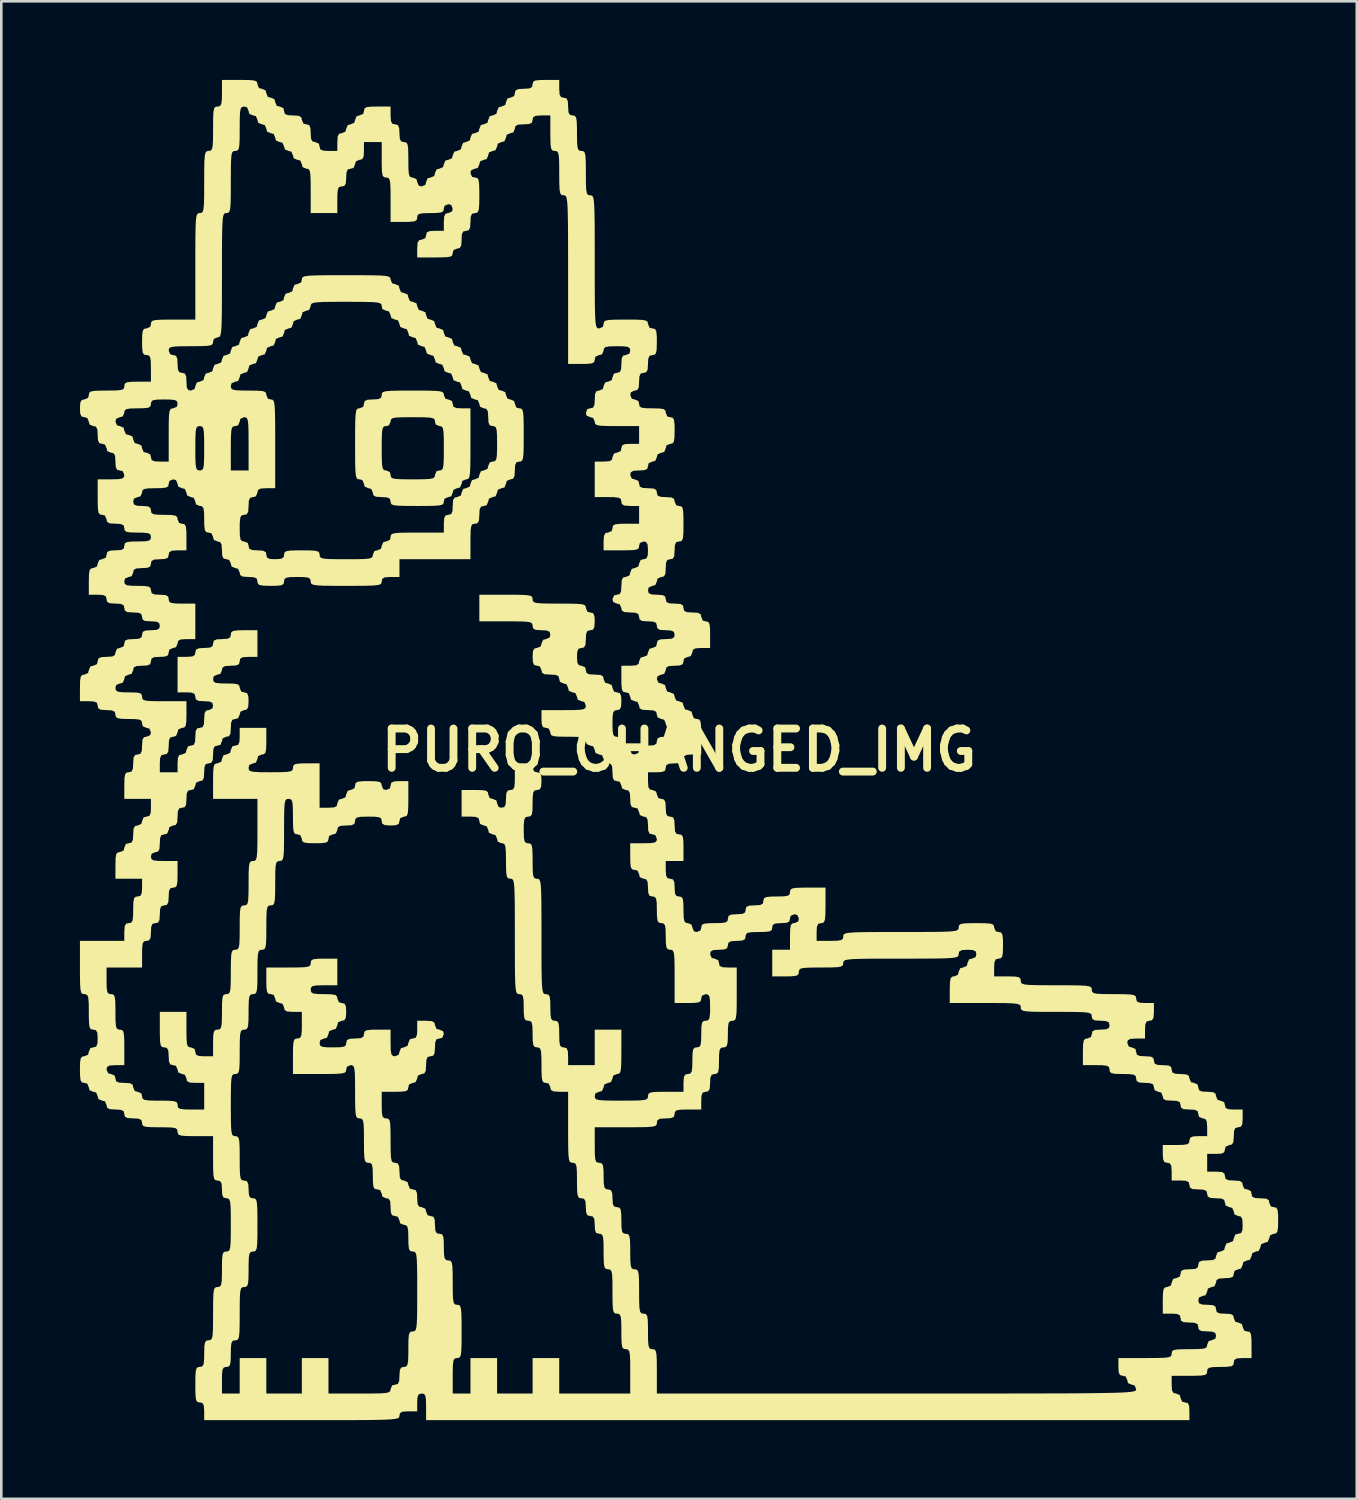
<source format=kicad_pcb>
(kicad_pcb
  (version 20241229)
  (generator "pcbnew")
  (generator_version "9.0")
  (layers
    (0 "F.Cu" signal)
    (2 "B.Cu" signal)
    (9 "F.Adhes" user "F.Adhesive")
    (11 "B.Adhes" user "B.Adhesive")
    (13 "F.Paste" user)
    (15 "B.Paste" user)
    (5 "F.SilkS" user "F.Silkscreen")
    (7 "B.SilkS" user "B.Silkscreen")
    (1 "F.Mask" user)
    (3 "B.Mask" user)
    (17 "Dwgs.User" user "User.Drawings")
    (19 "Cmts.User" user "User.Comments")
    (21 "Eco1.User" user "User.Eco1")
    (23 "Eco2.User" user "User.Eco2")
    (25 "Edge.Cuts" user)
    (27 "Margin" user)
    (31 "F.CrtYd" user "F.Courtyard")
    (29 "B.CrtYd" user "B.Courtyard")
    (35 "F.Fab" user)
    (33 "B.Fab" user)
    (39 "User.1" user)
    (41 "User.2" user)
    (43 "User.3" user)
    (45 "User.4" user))
  (footprint "PURO_CHANGED_IMG"
    (layer "F.Cu")
    (at 22.86 25.569)
    (property "Reference" "PURO_CHANGED_IMG" (at 0 0 0) (layer "F.SilkS") (effects (font (size 1.5 1.5) (thickness 0.3))))
    (attr board_only exclude_from_pos_files exclude_from_bom)
    (fp_poly (pts (xy -9.691 -13.715) (xy -9.365 -13.708) (xy -9.157 -13.694) (xy -9.04 -13.666) (xy -8.988 -13.623) (xy -8.975 -13.559) (xy -8.975 -13.547) (xy -8.915 -13.405) (xy -8.805 -13.377) (xy -8.664 -13.317) (xy -8.636 -13.208) (xy -8.608 -13.097) (xy -8.493 -13.048) (xy -8.297 -13.039) (xy -7.959 -13.039) (xy -7.959 -11.684) (xy -7.96 -11.177) (xy -7.965 -10.816) (xy -7.977 -10.575) (xy -7.999 -10.43) (xy -8.034 -10.357) (xy -8.086 -10.332) (xy -8.128 -10.329) (xy -8.27 -10.269) (xy -8.297 -10.16) (xy -8.357 -10.018) (xy -8.467 -9.991) (xy -8.608 -9.931) (xy -8.636 -9.821) (xy -8.696 -9.68) (xy -8.805 -9.652) (xy -8.947 -9.592) (xy -8.975 -9.483) (xy -8.985 -9.411) (xy -9.033 -9.363) (xy -9.149 -9.334) (xy -9.359 -9.319) (xy -9.692 -9.314) (xy -9.991 -9.313) (xy -10.42 -9.315) (xy -10.707 -9.323) (xy -10.882 -9.342) (xy -10.971 -9.377) (xy -11.003 -9.433) (xy -11.007 -9.483) (xy -11.035 -9.593) (xy -11.15 -9.642) (xy -11.345 -9.652) (xy -11.567 -9.666) (xy -11.665 -9.724) (xy -11.684 -9.821) (xy -11.744 -9.963) (xy -11.853 -9.991) (xy -11.995 -10.051) (xy -12.023 -10.16) (xy -12.083 -10.302) (xy -12.192 -10.329) (xy -12.255 -10.337) (xy -12.301 -10.377) (xy -12.331 -10.474) (xy -12.349 -10.651) (xy -12.358 -10.933) (xy -12.361 -11.345) (xy -12.361 -11.515) (xy -11.345 -11.515) (xy -11.343 -11.129) (xy -11.332 -10.883) (xy -11.306 -10.744) (xy -11.259 -10.683) (xy -11.185 -10.668) (xy -11.176 -10.668) (xy -11.034 -10.608) (xy -11.007 -10.499) (xy -10.995 -10.422) (xy -10.94 -10.372) (xy -10.81 -10.345) (xy -10.576 -10.332) (xy -10.205 -10.329) (xy -10.16 -10.329) (xy -9.775 -10.332) (xy -9.528 -10.343) (xy -9.389 -10.369) (xy -9.328 -10.416) (xy -9.313 -10.49) (xy -9.313 -10.499) (xy -9.253 -10.64) (xy -9.144 -10.668) (xy -9.067 -10.68) (xy -9.018 -10.735) (xy -8.99 -10.865) (xy -8.978 -11.099) (xy -8.975 -11.469) (xy -8.975 -11.515) (xy -8.977 -11.9) (xy -8.988 -12.147) (xy -9.014 -12.285) (xy -9.061 -12.347) (xy -9.135 -12.361) (xy -9.144 -12.361) (xy -9.286 -12.421) (xy -9.313 -12.531) (xy -9.325 -12.608) (xy -9.38 -12.657) (xy -9.51 -12.685) (xy -9.744 -12.697) (xy -10.115 -12.7) (xy -10.16 -12.7) (xy -10.545 -12.698) (xy -10.792 -12.687) (xy -10.931 -12.661) (xy -10.992 -12.614) (xy -11.007 -12.54) (xy -11.007 -12.531) (xy -11.067 -12.389) (xy -11.176 -12.361) (xy -11.253 -12.35) (xy -11.302 -12.294) (xy -11.33 -12.165) (xy -11.342 -11.93) (xy -11.345 -11.56) (xy -11.345 -11.515) (xy -12.361 -11.515) (xy -12.361 -11.684) (xy -12.36 -12.191) (xy -12.355 -12.552) (xy -12.343 -12.793) (xy -12.321 -12.938) (xy -12.286 -13.011) (xy -12.234 -13.036) (xy -12.192 -13.039) (xy -12.05 -13.099) (xy -12.023 -13.208) (xy -11.994 -13.319) (xy -11.879 -13.368) (xy -11.684 -13.377) (xy -11.462 -13.392) (xy -11.365 -13.449) (xy -11.345 -13.547) (xy -11.337 -13.614) (xy -11.293 -13.66) (xy -11.188 -13.69) (xy -10.996 -13.707) (xy -10.692 -13.714) (xy -10.248 -13.716) (xy -10.16 -13.716)) (stroke (width 0) (type solid)) (fill yes) (layer "F.SilkS"))
    (fp_poly (pts (xy -16.427 -25.566) (xy -16.224 -25.55) (xy -16.123 -25.512) (xy -16.089 -25.445) (xy -16.087 -25.4) (xy -16.027 -25.258) (xy -15.917 -25.231) (xy -15.776 -25.171) (xy -15.748 -25.061) (xy -15.688 -24.92) (xy -15.579 -24.892) (xy -15.437 -24.832) (xy -15.409 -24.723) (xy -15.349 -24.581) (xy -15.24 -24.553) (xy -15.098 -24.493) (xy -15.071 -24.384) (xy -15.042 -24.273) (xy -14.927 -24.224) (xy -14.732 -24.215) (xy -14.51 -24.2) (xy -14.413 -24.143) (xy -14.393 -24.045) (xy -14.333 -23.904) (xy -14.224 -23.876) (xy -14.113 -23.848) (xy -14.064 -23.733) (xy -14.055 -23.537) (xy -14.04 -23.316) (xy -13.983 -23.218) (xy -13.885 -23.199) (xy -13.744 -23.139) (xy -13.716 -23.029) (xy -13.688 -22.919) (xy -13.573 -22.87) (xy -13.377 -22.86) (xy -13.039 -22.86) (xy -13.039 -23.199) (xy -13.024 -23.42) (xy -12.967 -23.518) (xy -12.869 -23.537) (xy -12.728 -23.597) (xy -12.7 -23.707) (xy -12.64 -23.848) (xy -12.531 -23.876) (xy -12.389 -23.936) (xy -12.361 -24.045) (xy -12.301 -24.187) (xy -12.192 -24.215) (xy -12.05 -24.275) (xy -12.023 -24.384) (xy -12.004 -24.479) (xy -11.923 -24.53) (xy -11.74 -24.55) (xy -11.515 -24.553) (xy -11.007 -24.553) (xy -11.007 -24.215) (xy -10.992 -23.993) (xy -10.935 -23.895) (xy -10.837 -23.876) (xy -10.727 -23.848) (xy -10.678 -23.733) (xy -10.668 -23.537) (xy -10.654 -23.316) (xy -10.596 -23.218) (xy -10.499 -23.199) (xy -10.414 -23.185) (xy -10.364 -23.119) (xy -10.338 -22.969) (xy -10.33 -22.7) (xy -10.329 -22.521) (xy -10.326 -22.184) (xy -10.31 -21.982) (xy -10.272 -21.88) (xy -10.205 -21.846) (xy -10.16 -21.844) (xy -10.018 -21.784) (xy -9.991 -21.675) (xy -9.931 -21.533) (xy -9.821 -21.505) (xy -9.68 -21.565) (xy -9.652 -21.675) (xy -9.592 -21.816) (xy -9.483 -21.844) (xy -9.341 -21.904) (xy -9.313 -22.013) (xy -9.253 -22.155) (xy -9.144 -22.183) (xy -9.002 -22.243) (xy -8.975 -22.352) (xy -8.915 -22.494) (xy -8.805 -22.521) (xy -8.664 -22.581) (xy -8.636 -22.691) (xy -8.576 -22.832) (xy -8.467 -22.86) (xy -8.325 -22.92) (xy -8.297 -23.029) (xy -8.237 -23.171) (xy -8.128 -23.199) (xy -7.986 -23.259) (xy -7.959 -23.368) (xy -7.899 -23.51) (xy -7.789 -23.537) (xy -7.648 -23.597) (xy -7.62 -23.707) (xy -7.56 -23.848) (xy -7.451 -23.876) (xy -7.309 -23.936) (xy -7.281 -24.045) (xy -7.221 -24.187) (xy -7.112 -24.215) (xy -6.97 -24.275) (xy -6.943 -24.384) (xy -6.883 -24.526) (xy -6.773 -24.553) (xy -6.632 -24.613) (xy -6.604 -24.723) (xy -6.544 -24.864) (xy -6.435 -24.892) (xy -6.293 -24.952) (xy -6.265 -25.061) (xy -6.237 -25.172) (xy -6.122 -25.221) (xy -5.927 -25.231) (xy -5.705 -25.245) (xy -5.607 -25.302) (xy -5.588 -25.4) (xy -5.569 -25.495) (xy -5.488 -25.546) (xy -5.305 -25.566) (xy -5.08 -25.569) (xy -4.572 -25.569) (xy -4.572 -25.231) (xy -4.558 -25.009) (xy -4.5 -24.911) (xy -4.403 -24.892) (xy -4.292 -24.864) (xy -4.243 -24.749) (xy -4.233 -24.553) (xy -4.219 -24.332) (xy -4.162 -24.234) (xy -4.064 -24.215) (xy -3.98 -24.201) (xy -3.929 -24.135) (xy -3.904 -23.985) (xy -3.895 -23.716) (xy -3.895 -23.537) (xy -3.891 -23.2) (xy -3.875 -22.998) (xy -3.837 -22.896) (xy -3.77 -22.862) (xy -3.725 -22.86) (xy -3.648 -22.848) (xy -3.599 -22.793) (xy -3.571 -22.663) (xy -3.559 -22.429) (xy -3.556 -22.059) (xy -3.556 -22.013) (xy -3.554 -21.628) (xy -3.543 -21.381) (xy -3.517 -21.243) (xy -3.47 -21.181) (xy -3.396 -21.167) (xy -3.387 -21.167) (xy -3.339 -21.162) (xy -3.301 -21.135) (xy -3.271 -21.069) (xy -3.25 -20.945) (xy -3.235 -20.746) (xy -3.226 -20.454) (xy -3.22 -20.051) (xy -3.218 -19.519) (xy -3.217 -18.84) (xy -3.217 -18.627) (xy -3.217 -17.905) (xy -3.215 -17.335) (xy -3.211 -16.898) (xy -3.203 -16.577) (xy -3.189 -16.355) (xy -3.17 -16.212) (xy -3.143 -16.132) (xy -3.107 -16.096) (xy -3.062 -16.087) (xy -3.048 -16.087) (xy -2.906 -16.147) (xy -2.879 -16.256) (xy -2.867 -16.333) (xy -2.812 -16.382) (xy -2.682 -16.41) (xy -2.448 -16.422) (xy -2.077 -16.425) (xy -2.032 -16.425) (xy -1.647 -16.423) (xy -1.4 -16.412) (xy -1.261 -16.386) (xy -1.2 -16.339) (xy -1.185 -16.265) (xy -1.185 -16.256) (xy -1.125 -16.114) (xy -1.016 -16.087) (xy -0.921 -16.068) (xy -0.87 -15.987) (xy -0.85 -15.804) (xy -0.847 -15.579) (xy -0.853 -15.295) (xy -0.88 -15.142) (xy -0.941 -15.08) (xy -1.016 -15.071) (xy -1.127 -15.042) (xy -1.176 -14.927) (xy -1.185 -14.732) (xy -1.2 -14.51) (xy -1.257 -14.413) (xy -1.355 -14.393) (xy -1.465 -14.365) (xy -1.514 -14.25) (xy -1.524 -14.055) (xy -1.538 -13.833) (xy -1.596 -13.735) (xy -1.693 -13.716) (xy -1.835 -13.656) (xy -1.863 -13.547) (xy -1.803 -13.405) (xy -1.693 -13.377) (xy -1.552 -13.317) (xy -1.524 -13.208) (xy -1.505 -13.113) (xy -1.424 -13.062) (xy -1.241 -13.042) (xy -1.016 -13.039) (xy -0.732 -13.032) (xy -0.579 -13.005) (xy -0.517 -12.944) (xy -0.508 -12.869) (xy -0.448 -12.728) (xy -0.339 -12.7) (xy -0.244 -12.681) (xy -0.193 -12.6) (xy -0.172 -12.417) (xy -0.169 -12.192) (xy -0.176 -11.908) (xy -0.203 -11.755) (xy -0.264 -11.693) (xy -0.339 -11.684) (xy -0.48 -11.624) (xy -0.508 -11.515) (xy -0.568 -11.373) (xy -0.677 -11.345) (xy -0.819 -11.285) (xy -0.847 -11.176) (xy -0.907 -11.034) (xy -1.016 -11.007) (xy -1.158 -10.947) (xy -1.185 -10.837) (xy -1.214 -10.727) (xy -1.329 -10.678) (xy -1.524 -10.668) (xy -1.746 -10.654) (xy -1.843 -10.596) (xy -1.863 -10.499) (xy -1.803 -10.357) (xy -1.693 -10.329) (xy -1.552 -10.269) (xy -1.524 -10.16) (xy -1.496 -10.049) (xy -1.381 -10) (xy -1.185 -9.991) (xy -0.964 -9.976) (xy -0.866 -9.919) (xy -0.847 -9.821) (xy -0.818 -9.711) (xy -0.703 -9.662) (xy -0.508 -9.652) (xy -0.286 -9.638) (xy -0.189 -9.58) (xy -0.169 -9.483) (xy -0.109 -9.341) (xy 0 -9.313) (xy 0.084 -9.299) (xy 0.135 -9.234) (xy 0.16 -9.084) (xy 0.169 -8.815) (xy 0.169 -8.636) (xy 0.166 -8.299) (xy 0.15 -8.096) (xy 0.112 -7.995) (xy 0.045 -7.961) (xy 0 -7.959) (xy -0.111 -7.93) (xy -0.16 -7.815) (xy -0.169 -7.62) (xy -0.184 -7.398) (xy -0.241 -7.301) (xy -0.339 -7.281) (xy -0.449 -7.253) (xy -0.498 -7.138) (xy -0.508 -6.943) (xy -0.522 -6.721) (xy -0.58 -6.623) (xy -0.677 -6.604) (xy -0.819 -6.544) (xy -0.847 -6.435) (xy -0.907 -6.293) (xy -1.016 -6.265) (xy -1.158 -6.205) (xy -1.185 -6.096) (xy -1.157 -5.985) (xy -1.042 -5.936) (xy -0.847 -5.927) (xy -0.625 -5.912) (xy -0.527 -5.855) (xy -0.508 -5.757) (xy -0.48 -5.647) (xy -0.365 -5.598) (xy -0.169 -5.588) (xy 0.052 -5.574) (xy 0.15 -5.516) (xy 0.169 -5.419) (xy 0.198 -5.308) (xy 0.313 -5.259) (xy 0.508 -5.249) (xy 0.73 -5.235) (xy 0.827 -5.178) (xy 0.847 -5.08) (xy 0.907 -4.938) (xy 1.016 -4.911) (xy 1.111 -4.892) (xy 1.162 -4.811) (xy 1.182 -4.628) (xy 1.185 -4.403) (xy 1.185 -3.895) (xy 0.847 -3.895) (xy 0.625 -3.88) (xy 0.527 -3.823) (xy 0.508 -3.725) (xy 0.448 -3.584) (xy 0.339 -3.556) (xy 0.197 -3.496) (xy 0.169 -3.387) (xy 0.141 -3.276) (xy 0.026 -3.227) (xy -0.169 -3.217) (xy -0.391 -3.203) (xy -0.489 -3.146) (xy -0.508 -3.048) (xy -0.568 -2.906) (xy -0.677 -2.879) (xy -0.819 -2.819) (xy -0.847 -2.709) (xy -0.787 -2.568) (xy -0.677 -2.54) (xy -0.536 -2.48) (xy -0.508 -2.371) (xy -0.448 -2.229) (xy -0.339 -2.201) (xy -0.197 -2.141) (xy -0.169 -2.032) (xy -0.109 -1.89) (xy 0 -1.863) (xy 0.142 -1.803) (xy 0.169 -1.693) (xy 0.229 -1.552) (xy 0.339 -1.524) (xy 0.48 -1.464) (xy 0.508 -1.355) (xy 0.568 -1.213) (xy 0.677 -1.185) (xy 0.762 -1.171) (xy 0.812 -1.106) (xy 0.838 -0.956) (xy 0.846 -0.687) (xy 0.847 -0.508) (xy 0.847 0.169) (xy 0.508 0.169) (xy 0.286 0.184) (xy 0.189 0.241) (xy 0.169 0.339) (xy 0.141 0.449) (xy 0.026 0.498) (xy -0.169 0.508) (xy -0.391 0.522) (xy -0.489 0.58) (xy -0.508 0.677) (xy -0.536 0.788) (xy -0.651 0.837) (xy -0.847 0.847) (xy -1.185 0.847) (xy -1.185 1.185) (xy -1.171 1.407) (xy -1.114 1.505) (xy -1.016 1.524) (xy -0.874 1.584) (xy -0.847 1.693) (xy -0.787 1.835) (xy -0.677 1.863) (xy -0.567 1.891) (xy -0.518 2.006) (xy -0.508 2.201) (xy -0.494 2.423) (xy -0.436 2.521) (xy -0.339 2.54) (xy -0.228 2.568) (xy -0.179 2.683) (xy -0.169 2.879) (xy -0.155 3.1) (xy -0.098 3.198) (xy 0 3.217) (xy 0.095 3.236) (xy 0.146 3.317) (xy 0.166 3.5) (xy 0.169 3.725) (xy 0.169 4.233) (xy -0.169 4.233) (xy -0.508 4.233) (xy -0.508 4.572) (xy -0.494 4.794) (xy -0.436 4.891) (xy -0.339 4.911) (xy -0.228 4.939) (xy -0.179 5.054) (xy -0.169 5.249) (xy -0.155 5.471) (xy -0.098 5.569) (xy 0 5.588) (xy 0.095 5.607) (xy 0.146 5.688) (xy 0.166 5.871) (xy 0.169 6.096) (xy 0.176 6.38) (xy 0.203 6.533) (xy 0.264 6.595) (xy 0.339 6.604) (xy 0.48 6.664) (xy 0.508 6.773) (xy 0.568 6.915) (xy 0.677 6.943) (xy 0.819 6.883) (xy 0.847 6.773) (xy 0.865 6.679) (xy 0.947 6.628) (xy 1.13 6.607) (xy 1.355 6.604) (xy 1.638 6.598) (xy 1.792 6.571) (xy 1.853 6.51) (xy 1.863 6.435) (xy 1.891 6.324) (xy 2.006 6.275) (xy 2.201 6.265) (xy 2.423 6.251) (xy 2.521 6.194) (xy 2.54 6.096) (xy 2.568 5.985) (xy 2.683 5.936) (xy 2.879 5.927) (xy 3.1 5.912) (xy 3.198 5.855) (xy 3.217 5.757) (xy 3.236 5.663) (xy 3.317 5.612) (xy 3.5 5.591) (xy 3.725 5.588) (xy 4.009 5.582) (xy 4.162 5.555) (xy 4.224 5.494) (xy 4.233 5.419) (xy 4.247 5.334) (xy 4.313 5.284) (xy 4.463 5.258) (xy 4.732 5.25) (xy 4.911 5.249) (xy 5.588 5.249) (xy 5.588 5.927) (xy 5.584 6.264) (xy 5.568 6.466) (xy 5.531 6.568) (xy 5.463 6.602) (xy 5.419 6.604) (xy 5.308 6.632) (xy 5.259 6.747) (xy 5.249 6.943) (xy 5.249 7.281) (xy 5.757 7.281) (xy 6.041 7.275) (xy 6.194 7.248) (xy 6.256 7.187) (xy 6.265 7.112) (xy 6.271 7.061) (xy 6.3 7.021) (xy 6.372 6.991) (xy 6.506 6.97) (xy 6.722 6.956) (xy 7.037 6.948) (xy 7.472 6.944) (xy 8.046 6.943) (xy 8.467 6.943) (xy 9.133 6.942) (xy 9.65 6.94) (xy 10.035 6.934) (xy 10.308 6.924) (xy 10.489 6.908) (xy 10.596 6.883) (xy 10.649 6.85) (xy 10.666 6.806) (xy 10.668 6.773) (xy 10.682 6.689) (xy 10.747 6.638) (xy 10.897 6.613) (xy 11.167 6.605) (xy 11.345 6.604) (xy 11.683 6.608) (xy 11.885 6.624) (xy 11.986 6.661) (xy 12.02 6.729) (xy 12.023 6.773) (xy 12.083 6.915) (xy 12.192 6.943) (xy 12.287 6.961) (xy 12.338 7.043) (xy 12.358 7.226) (xy 12.361 7.451) (xy 12.355 7.734) (xy 12.328 7.888) (xy 12.267 7.949) (xy 12.192 7.959) (xy 12.081 7.987) (xy 12.032 8.102) (xy 12.023 8.297) (xy 12.023 8.636) (xy 12.531 8.636) (xy 12.814 8.642) (xy 12.968 8.669) (xy 13.029 8.73) (xy 13.039 8.805) (xy 13.047 8.869) (xy 13.087 8.914) (xy 13.183 8.944) (xy 13.36 8.962) (xy 13.643 8.971) (xy 14.054 8.974) (xy 14.393 8.975) (xy 14.9 8.976) (xy 15.261 8.981) (xy 15.502 8.993) (xy 15.647 9.015) (xy 15.72 9.05) (xy 15.745 9.102) (xy 15.748 9.144) (xy 15.76 9.221) (xy 15.815 9.27) (xy 15.945 9.298) (xy 16.179 9.31) (xy 16.549 9.313) (xy 16.595 9.313) (xy 16.98 9.316) (xy 17.227 9.327) (xy 17.365 9.353) (xy 17.427 9.4) (xy 17.441 9.474) (xy 17.441 9.483) (xy 17.47 9.593) (xy 17.585 9.642) (xy 17.78 9.652) (xy 18.119 9.652) (xy 18.119 9.991) (xy 18.104 10.212) (xy 18.047 10.31) (xy 17.949 10.329) (xy 17.839 10.358) (xy 17.79 10.473) (xy 17.78 10.668) (xy 17.78 11.007) (xy 17.441 11.007) (xy 17.22 11.021) (xy 17.122 11.078) (xy 17.103 11.176) (xy 17.163 11.318) (xy 17.272 11.345) (xy 17.414 11.405) (xy 17.441 11.515) (xy 17.47 11.625) (xy 17.585 11.674) (xy 17.78 11.684) (xy 18.002 11.698) (xy 18.099 11.756) (xy 18.119 11.853) (xy 18.147 11.964) (xy 18.262 12.013) (xy 18.457 12.023) (xy 18.679 12.037) (xy 18.777 12.094) (xy 18.796 12.192) (xy 18.824 12.303) (xy 18.939 12.352) (xy 19.135 12.361) (xy 19.356 12.376) (xy 19.454 12.433) (xy 19.473 12.531) (xy 19.533 12.672) (xy 19.643 12.7) (xy 19.784 12.76) (xy 19.812 12.869) (xy 19.84 12.98) (xy 19.955 13.029) (xy 20.151 13.039) (xy 20.372 13.053) (xy 20.47 13.11) (xy 20.489 13.208) (xy 20.549 13.35) (xy 20.659 13.377) (xy 20.8 13.437) (xy 20.828 13.547) (xy 20.856 13.657) (xy 20.971 13.706) (xy 21.167 13.716) (xy 21.505 13.716) (xy 21.505 14.055) (xy 21.491 14.276) (xy 21.434 14.374) (xy 21.336 14.393) (xy 21.225 14.422) (xy 21.176 14.537) (xy 21.167 14.732) (xy 21.152 14.954) (xy 21.095 15.051) (xy 20.997 15.071) (xy 20.856 15.131) (xy 20.828 15.24) (xy 20.8 15.351) (xy 20.685 15.4) (xy 20.489 15.409) (xy 20.151 15.409) (xy 20.151 15.748) (xy 20.151 16.087) (xy 20.489 16.087) (xy 20.711 16.101) (xy 20.809 16.158) (xy 20.828 16.256) (xy 20.856 16.367) (xy 20.971 16.416) (xy 21.167 16.425) (xy 21.388 16.44) (xy 21.486 16.497) (xy 21.505 16.595) (xy 21.565 16.736) (xy 21.675 16.764) (xy 21.816 16.824) (xy 21.844 16.933) (xy 21.872 17.044) (xy 21.987 17.093) (xy 22.183 17.103) (xy 22.404 17.117) (xy 22.502 17.174) (xy 22.521 17.272) (xy 22.581 17.414) (xy 22.691 17.441) (xy 22.785 17.46) (xy 22.836 17.541) (xy 22.857 17.724) (xy 22.86 17.949) (xy 22.854 18.233) (xy 22.827 18.386) (xy 22.766 18.448) (xy 22.691 18.457) (xy 22.549 18.517) (xy 22.521 18.627) (xy 22.461 18.768) (xy 22.352 18.796) (xy 22.21 18.856) (xy 22.183 18.965) (xy 22.123 19.107) (xy 22.013 19.135) (xy 21.872 19.195) (xy 21.844 19.304) (xy 21.784 19.446) (xy 21.675 19.473) (xy 21.533 19.533) (xy 21.505 19.643) (xy 21.445 19.784) (xy 21.336 19.812) (xy 21.194 19.872) (xy 21.167 19.981) (xy 21.138 20.092) (xy 21.023 20.141) (xy 20.828 20.151) (xy 20.606 20.165) (xy 20.509 20.222) (xy 20.489 20.32) (xy 20.429 20.462) (xy 20.32 20.489) (xy 20.178 20.549) (xy 20.151 20.659) (xy 20.091 20.8) (xy 19.981 20.828) (xy 19.84 20.888) (xy 19.812 20.997) (xy 19.84 21.108) (xy 19.955 21.157) (xy 20.151 21.167) (xy 20.372 21.181) (xy 20.47 21.238) (xy 20.489 21.336) (xy 20.518 21.447) (xy 20.633 21.496) (xy 20.828 21.505) (xy 21.05 21.52) (xy 21.147 21.577) (xy 21.167 21.675) (xy 21.227 21.816) (xy 21.336 21.844) (xy 21.478 21.904) (xy 21.505 22.013) (xy 21.565 22.155) (xy 21.675 22.183) (xy 21.769 22.201) (xy 21.82 22.283) (xy 21.841 22.466) (xy 21.844 22.691) (xy 21.844 23.199) (xy 21.505 23.199) (xy 21.284 23.213) (xy 21.186 23.27) (xy 21.167 23.368) (xy 21.148 23.463) (xy 21.067 23.514) (xy 20.884 23.534) (xy 20.659 23.537) (xy 20.375 23.544) (xy 20.222 23.571) (xy 20.16 23.632) (xy 20.151 23.707) (xy 20.137 23.791) (xy 20.071 23.842) (xy 19.921 23.867) (xy 19.652 23.875) (xy 19.473 23.876) (xy 18.796 23.876) (xy 18.796 24.215) (xy 18.81 24.436) (xy 18.868 24.534) (xy 18.965 24.553) (xy 19.107 24.613) (xy 19.135 24.723) (xy 19.195 24.864) (xy 19.304 24.892) (xy 19.415 24.92) (xy 19.464 25.035) (xy 19.473 25.231) (xy 19.473 25.569) (xy 4.911 25.569) (xy -9.652 25.569) (xy -9.652 25.061) (xy -9.658 24.778) (xy -9.685 24.624) (xy -9.746 24.563) (xy -9.821 24.553) (xy -9.932 24.582) (xy -9.981 24.697) (xy -9.991 24.892) (xy -9.991 25.231) (xy -10.329 25.231) (xy -10.551 25.245) (xy -10.649 25.302) (xy -10.668 25.4) (xy -10.672 25.44) (xy -10.693 25.474) (xy -10.746 25.501) (xy -10.846 25.522) (xy -11.008 25.539) (xy -11.246 25.551) (xy -11.575 25.559) (xy -12.01 25.565) (xy -12.565 25.568) (xy -13.256 25.569) (xy -14.096 25.569) (xy -14.393 25.569) (xy -18.119 25.569) (xy -18.119 25.231) (xy -18.133 25.009) (xy -18.19 24.911) (xy -18.288 24.892) (xy -18.372 24.878) (xy -18.423 24.813) (xy -18.448 24.663) (xy -18.457 24.393) (xy -18.457 24.215) (xy -18.454 23.877) (xy -18.438 23.675) (xy -18.4 23.574) (xy -18.333 23.54) (xy -18.288 23.537) (xy -18.193 23.519) (xy -18.142 23.437) (xy -18.122 23.254) (xy -18.119 23.029) (xy -18.112 22.746) (xy -18.085 22.592) (xy -18.024 22.531) (xy -17.949 22.521) (xy -17.878 22.511) (xy -17.83 22.463) (xy -17.801 22.347) (xy -17.786 22.137) (xy -17.781 21.804) (xy -17.78 21.505) (xy -17.778 21.076) (xy -17.77 20.789) (xy -17.751 20.614) (xy -17.716 20.525) (xy -17.661 20.493) (xy -17.611 20.489) (xy -17.526 20.475) (xy -17.476 20.41) (xy -17.45 20.26) (xy -17.442 19.991) (xy -17.441 19.812) (xy -17.438 19.475) (xy -17.422 19.272) (xy -17.384 19.171) (xy -17.317 19.137) (xy -17.272 19.135) (xy -17.201 19.125) (xy -17.153 19.076) (xy -17.124 18.961) (xy -17.109 18.751) (xy -17.103 18.418) (xy -17.103 18.119) (xy -17.104 17.69) (xy -17.112 17.402) (xy -17.132 17.228) (xy -17.167 17.138) (xy -17.222 17.106) (xy -17.272 17.103) (xy -17.383 17.074) (xy -17.432 16.959) (xy -17.441 16.764) (xy -17.456 16.542) (xy -17.513 16.445) (xy -17.611 16.425) (xy -17.688 16.414) (xy -17.737 16.358) (xy -17.765 16.229) (xy -17.777 15.994) (xy -17.78 15.624) (xy -17.78 15.579) (xy -17.78 14.732) (xy -18.457 14.732) (xy -18.795 14.728) (xy -18.997 14.712) (xy -19.098 14.675) (xy -19.132 14.607) (xy -19.135 14.563) (xy -19.149 14.478) (xy -19.214 14.428) (xy -19.364 14.402) (xy -19.633 14.394) (xy -19.812 14.393) (xy -20.149 14.39) (xy -20.352 14.374) (xy -20.453 14.336) (xy -20.487 14.269) (xy -20.489 14.224) (xy -20.518 14.113) (xy -20.633 14.064) (xy -20.828 14.055) (xy -21.05 14.04) (xy -21.147 13.983) (xy -21.167 13.885) (xy -21.195 13.775) (xy -21.31 13.726) (xy -21.505 13.716) (xy -21.727 13.702) (xy -21.825 13.644) (xy -21.844 13.547) (xy -21.904 13.405) (xy -22.013 13.377) (xy -22.155 13.317) (xy -22.183 13.208) (xy -22.243 13.066) (xy -22.352 13.039) (xy -22.494 12.979) (xy -22.521 12.869) (xy -22.581 12.728) (xy -22.691 12.7) (xy -22.785 12.681) (xy -22.836 12.6) (xy -22.857 12.417) (xy -22.86 12.192) (xy -21.844 12.192) (xy -21.784 12.334) (xy -21.675 12.361) (xy -21.533 12.421) (xy -21.505 12.531) (xy -21.477 12.641) (xy -21.362 12.69) (xy -21.167 12.7) (xy -20.945 12.714) (xy -20.847 12.772) (xy -20.828 12.869) (xy -20.768 13.011) (xy -20.659 13.039) (xy -20.517 13.099) (xy -20.489 13.208) (xy -20.475 13.292) (xy -20.41 13.343) (xy -20.26 13.368) (xy -19.991 13.377) (xy -19.812 13.377) (xy -19.475 13.381) (xy -19.272 13.397) (xy -19.171 13.435) (xy -19.137 13.502) (xy -19.135 13.547) (xy -19.116 13.641) (xy -19.035 13.692) (xy -18.852 13.713) (xy -18.627 13.716) (xy -18.119 13.716) (xy -18.119 13.208) (xy -18.119 12.7) (xy -18.457 12.7) (xy -18.679 12.686) (xy -18.777 12.628) (xy -18.796 12.531) (xy -18.856 12.389) (xy -18.965 12.361) (xy -19.107 12.301) (xy -19.135 12.192) (xy -19.195 12.05) (xy -19.304 12.023) (xy -19.415 11.994) (xy -19.464 11.879) (xy -19.473 11.684) (xy -19.488 11.462) (xy -19.545 11.365) (xy -19.643 11.345) (xy -19.727 11.331) (xy -19.778 11.266) (xy -19.803 11.116) (xy -19.811 10.847) (xy -19.812 10.668) (xy -19.812 9.991) (xy -19.304 9.991) (xy -18.796 9.991) (xy -18.796 10.668) (xy -18.792 11.005) (xy -18.776 11.208) (xy -18.739 11.309) (xy -18.671 11.343) (xy -18.627 11.345) (xy -18.485 11.405) (xy -18.457 11.515) (xy -18.429 11.625) (xy -18.314 11.674) (xy -18.119 11.684) (xy -17.78 11.684) (xy -17.78 11.176) (xy -17.774 10.892) (xy -17.747 10.739) (xy -17.686 10.677) (xy -17.611 10.668) (xy -17.526 10.654) (xy -17.476 10.589) (xy -17.45 10.439) (xy -17.442 10.169) (xy -17.441 9.991) (xy -17.438 9.653) (xy -17.422 9.451) (xy -17.384 9.35) (xy -17.317 9.316) (xy -17.272 9.313) (xy -17.195 9.302) (xy -17.146 9.246) (xy -17.118 9.117) (xy -17.106 8.882) (xy -17.103 8.512) (xy -17.103 8.467) (xy -17.1 8.081) (xy -17.089 7.835) (xy -17.063 7.696) (xy -17.016 7.635) (xy -16.942 7.62) (xy -16.933 7.62) (xy -16.856 7.608) (xy -16.807 7.553) (xy -16.779 7.423) (xy -16.767 7.189) (xy -16.764 6.819) (xy -16.764 6.773) (xy -16.762 6.388) (xy -16.751 6.141) (xy -16.725 6.003) (xy -16.678 5.941) (xy -16.604 5.927) (xy -16.595 5.927) (xy -16.518 5.915) (xy -16.468 5.86) (xy -16.441 5.73) (xy -16.428 5.496) (xy -16.425 5.125) (xy -16.425 5.08) (xy -16.423 4.695) (xy -16.412 4.448) (xy -16.386 4.309) (xy -16.339 4.248) (xy -16.265 4.233) (xy -16.256 4.233) (xy -16.189 4.225) (xy -16.142 4.181) (xy -16.113 4.076) (xy -16.096 3.884) (xy -16.089 3.58) (xy -16.087 3.136) (xy -16.087 3.048) (xy -16.087 1.863) (xy -16.933 1.863) (xy -17.78 1.863) (xy -17.78 1.185) (xy -17.776 0.848) (xy -17.76 0.646) (xy -17.723 0.544) (xy -17.655 0.51) (xy -17.611 0.508) (xy -17.469 0.448) (xy -17.441 0.339) (xy -17.381 0.197) (xy -17.272 0.169) (xy -17.13 0.109) (xy -17.103 0) (xy -17.043 -0.142) (xy -16.933 -0.169) (xy -16.823 -0.198) (xy -16.774 -0.313) (xy -16.764 -0.508) (xy -16.764 -0.847) (xy -16.256 -0.847) (xy -15.748 -0.847) (xy -15.748 -0.339) (xy -15.754 -0.055) (xy -15.781 0.098) (xy -15.842 0.16) (xy -15.917 0.169) (xy -16.059 0.229) (xy -16.087 0.339) (xy -16.147 0.48) (xy -16.256 0.508) (xy -16.398 0.568) (xy -16.425 0.677) (xy -16.414 0.754) (xy -16.358 0.804) (xy -16.229 0.831) (xy -15.994 0.844) (xy -15.624 0.847) (xy -15.579 0.847) (xy -15.193 0.844) (xy -14.947 0.833) (xy -14.808 0.807) (xy -14.747 0.76) (xy -14.732 0.686) (xy -14.732 0.677) (xy -14.713 0.583) (xy -14.632 0.532) (xy -14.449 0.511) (xy -14.224 0.508) (xy -13.716 0.508) (xy -13.716 1.355) (xy -13.716 2.201) (xy -13.377 2.201) (xy -13.156 2.187) (xy -13.058 2.13) (xy -13.039 2.032) (xy -12.979 1.89) (xy -12.869 1.863) (xy -12.728 1.803) (xy -12.7 1.693) (xy -12.64 1.552) (xy -12.531 1.524) (xy -12.389 1.464) (xy -12.361 1.355) (xy -12.343 1.26) (xy -12.261 1.209) (xy -12.078 1.188) (xy -11.853 1.185) (xy -11.57 1.192) (xy -11.416 1.219) (xy -11.355 1.28) (xy -11.345 1.355) (xy -11.285 1.496) (xy -11.176 1.524) (xy -11.034 1.464) (xy -11.007 1.355) (xy -10.978 1.244) (xy -10.863 1.195) (xy -10.668 1.185) (xy -10.329 1.185) (xy -10.329 1.863) (xy -10.333 2.2) (xy -10.349 2.402) (xy -10.387 2.504) (xy -10.454 2.538) (xy -10.499 2.54) (xy -10.64 2.6) (xy -10.668 2.709) (xy -10.696 2.82) (xy -10.811 2.869) (xy -11.007 2.879) (xy -11.228 2.864) (xy -11.326 2.807) (xy -11.345 2.709) (xy -11.364 2.615) (xy -11.445 2.564) (xy -11.628 2.543) (xy -11.853 2.54) (xy -12.137 2.546) (xy -12.29 2.573) (xy -12.352 2.634) (xy -12.361 2.709) (xy -12.39 2.82) (xy -12.505 2.869) (xy -12.7 2.879) (xy -12.922 2.893) (xy -13.019 2.95) (xy -13.039 3.048) (xy -13.099 3.19) (xy -13.208 3.217) (xy -13.35 3.277) (xy -13.377 3.387) (xy -13.396 3.481) (xy -13.477 3.532) (xy -13.66 3.553) (xy -13.885 3.556) (xy -14.169 3.55) (xy -14.322 3.523) (xy -14.384 3.462) (xy -14.393 3.387) (xy -14.453 3.245) (xy -14.563 3.217) (xy -14.647 3.203) (xy -14.698 3.138) (xy -14.723 2.988) (xy -14.731 2.719) (xy -14.732 2.54) (xy -14.736 2.203) (xy -14.752 2) (xy -14.789 1.899) (xy -14.857 1.865) (xy -14.901 1.863) (xy -14.968 1.871) (xy -15.015 1.915) (xy -15.045 2.02) (xy -15.061 2.212) (xy -15.069 2.516) (xy -15.071 2.96) (xy -15.071 3.048) (xy -15.072 3.517) (xy -15.078 3.843) (xy -15.093 4.051) (xy -15.121 4.168) (xy -15.164 4.22) (xy -15.227 4.233) (xy -15.24 4.233) (xy -15.317 4.245) (xy -15.366 4.3) (xy -15.394 4.43) (xy -15.406 4.664) (xy -15.409 5.035) (xy -15.409 5.08) (xy -15.412 5.465) (xy -15.423 5.712) (xy -15.449 5.851) (xy -15.496 5.912) (xy -15.57 5.927) (xy -15.579 5.927) (xy -15.656 5.938) (xy -15.705 5.994) (xy -15.733 6.123) (xy -15.745 6.358) (xy -15.748 6.728) (xy -15.748 6.773) (xy -15.75 7.159) (xy -15.761 7.405) (xy -15.787 7.544) (xy -15.834 7.605) (xy -15.908 7.62) (xy -15.917 7.62) (xy -15.994 7.632) (xy -16.044 7.687) (xy -16.071 7.817) (xy -16.084 8.051) (xy -16.087 8.421) (xy -16.087 8.467) (xy -16.089 8.852) (xy -16.1 9.099) (xy -16.126 9.237) (xy -16.173 9.299) (xy -16.247 9.313) (xy -16.256 9.313) (xy -16.34 9.327) (xy -16.391 9.393) (xy -16.416 9.543) (xy -16.425 9.812) (xy -16.425 9.991) (xy -16.429 10.328) (xy -16.445 10.53) (xy -16.483 10.632) (xy -16.55 10.666) (xy -16.595 10.668) (xy -16.672 10.68) (xy -16.721 10.735) (xy -16.749 10.865) (xy -16.761 11.099) (xy -16.764 11.469) (xy -16.764 11.515) (xy -16.766 11.9) (xy -16.777 12.147) (xy -16.803 12.285) (xy -16.85 12.347) (xy -16.924 12.361) (xy -16.933 12.361) (xy -17 12.37) (xy -17.047 12.414) (xy -17.077 12.519) (xy -17.093 12.71) (xy -17.101 13.015) (xy -17.103 13.459) (xy -17.103 13.547) (xy -17.101 14.016) (xy -17.095 14.341) (xy -17.08 14.55) (xy -17.053 14.667) (xy -17.009 14.719) (xy -16.946 14.732) (xy -16.933 14.732) (xy -16.856 14.744) (xy -16.807 14.799) (xy -16.779 14.929) (xy -16.767 15.163) (xy -16.764 15.533) (xy -16.764 15.579) (xy -16.762 15.964) (xy -16.751 16.211) (xy -16.725 16.349) (xy -16.678 16.411) (xy -16.604 16.425) (xy -16.595 16.425) (xy -16.484 16.454) (xy -16.435 16.569) (xy -16.425 16.764) (xy -16.411 16.986) (xy -16.354 17.083) (xy -16.256 17.103) (xy -16.185 17.113) (xy -16.137 17.161) (xy -16.108 17.277) (xy -16.093 17.487) (xy -16.087 17.82) (xy -16.087 18.119) (xy -16.088 18.548) (xy -16.096 18.835) (xy -16.116 19.01) (xy -16.151 19.099) (xy -16.206 19.131) (xy -16.256 19.135) (xy -16.34 19.149) (xy -16.391 19.214) (xy -16.416 19.364) (xy -16.425 19.633) (xy -16.425 19.812) (xy -16.429 20.149) (xy -16.445 20.352) (xy -16.483 20.453) (xy -16.55 20.487) (xy -16.595 20.489) (xy -16.666 20.499) (xy -16.714 20.548) (xy -16.743 20.663) (xy -16.758 20.873) (xy -16.763 21.206) (xy -16.764 21.505) (xy -16.766 21.934) (xy -16.774 22.222) (xy -16.793 22.396) (xy -16.828 22.486) (xy -16.883 22.518) (xy -16.933 22.521) (xy -17.028 22.54) (xy -17.079 22.621) (xy -17.1 22.804) (xy -17.103 23.029) (xy -17.109 23.313) (xy -17.136 23.466) (xy -17.197 23.528) (xy -17.272 23.537) (xy -17.367 23.556) (xy -17.418 23.637) (xy -17.438 23.82) (xy -17.441 24.045) (xy -17.441 24.553) (xy -17.103 24.553) (xy -16.764 24.553) (xy -16.764 23.876) (xy -16.764 23.199) (xy -16.256 23.199) (xy -15.748 23.199) (xy -15.748 23.876) (xy -15.748 24.553) (xy -15.071 24.553) (xy -14.393 24.553) (xy -14.393 23.876) (xy -14.393 23.199) (xy -13.885 23.199) (xy -13.377 23.199) (xy -13.377 23.876) (xy -13.377 24.553) (xy -12.192 24.553) (xy -11.723 24.552) (xy -11.397 24.546) (xy -11.189 24.531) (xy -11.072 24.503) (xy -11.02 24.46) (xy -11.007 24.397) (xy -11.007 24.384) (xy -10.947 24.242) (xy -10.837 24.215) (xy -10.727 24.186) (xy -10.678 24.071) (xy -10.668 23.876) (xy -10.654 23.654) (xy -10.596 23.557) (xy -10.499 23.537) (xy -10.414 23.523) (xy -10.364 23.458) (xy -10.338 23.308) (xy -10.33 23.039) (xy -10.329 22.86) (xy -10.326 22.523) (xy -10.31 22.32) (xy -10.272 22.219) (xy -10.205 22.185) (xy -10.16 22.183) (xy -10.1 22.175) (xy -10.056 22.138) (xy -10.026 22.049) (xy -10.007 21.883) (xy -9.996 21.619) (xy -9.992 21.233) (xy -9.991 20.703) (xy -9.991 20.659) (xy -9.991 20.117) (xy -9.996 19.721) (xy -10.006 19.449) (xy -10.024 19.278) (xy -10.053 19.183) (xy -10.096 19.143) (xy -10.155 19.135) (xy -10.16 19.135) (xy -10.255 19.116) (xy -10.306 19.035) (xy -10.326 18.852) (xy -10.329 18.627) (xy -10.336 18.343) (xy -10.363 18.19) (xy -10.424 18.128) (xy -10.499 18.119) (xy -10.64 18.059) (xy -10.668 17.949) (xy -10.728 17.808) (xy -10.837 17.78) (xy -10.948 17.752) (xy -10.997 17.637) (xy -11.007 17.441) (xy -11.021 17.22) (xy -11.078 17.122) (xy -11.176 17.103) (xy -11.318 17.043) (xy -11.345 16.933) (xy -11.405 16.792) (xy -11.515 16.764) (xy -11.609 16.745) (xy -11.66 16.664) (xy -11.681 16.481) (xy -11.684 16.256) (xy -11.69 15.972) (xy -11.717 15.819) (xy -11.778 15.757) (xy -11.853 15.748) (xy -11.93 15.736) (xy -11.98 15.681) (xy -12.007 15.551) (xy -12.02 15.317) (xy -12.023 14.947) (xy -12.023 14.901) (xy -12.025 14.516) (xy -12.036 14.269) (xy -12.062 14.131) (xy -12.109 14.069) (xy -12.183 14.055) (xy -12.192 14.055) (xy -12.263 14.045) (xy -12.311 13.996) (xy -12.34 13.881) (xy -12.355 13.671) (xy -12.361 13.338) (xy -12.361 13.039) (xy -12.363 12.61) (xy -12.371 12.322) (xy -12.39 12.148) (xy -12.425 12.058) (xy -12.481 12.026) (xy -12.531 12.023) (xy -12.672 12.083) (xy -12.7 12.192) (xy -12.71 12.263) (xy -12.759 12.311) (xy -12.874 12.34) (xy -13.084 12.355) (xy -13.417 12.361) (xy -13.716 12.361) (xy -14.732 12.361) (xy -14.732 11.684) (xy -14.728 11.347) (xy -14.712 11.144) (xy -14.675 11.043) (xy -14.607 11.009) (xy -14.563 11.007) (xy -14.468 10.988) (xy -14.417 10.907) (xy -14.396 10.724) (xy -14.393 10.499) (xy -14.393 9.991) (xy -14.732 9.991) (xy -14.954 9.976) (xy -15.051 9.919) (xy -15.071 9.821) (xy -15.131 9.68) (xy -15.24 9.652) (xy -15.382 9.592) (xy -15.409 9.483) (xy -15.469 9.341) (xy -15.579 9.313) (xy -15.673 9.295) (xy -15.724 9.213) (xy -15.745 9.03) (xy -15.748 8.805) (xy -15.748 8.297) (xy -14.901 8.297) (xy -14.516 8.295) (xy -14.269 8.284) (xy -14.131 8.258) (xy -14.069 8.211) (xy -14.055 8.137) (xy -14.055 8.128) (xy -14.036 8.033) (xy -13.955 7.982) (xy -13.772 7.962) (xy -13.547 7.959) (xy -13.039 7.959) (xy -13.039 8.467) (xy -13.039 8.975) (xy -13.547 8.975) (xy -13.83 8.981) (xy -13.984 9.008) (xy -14.045 9.069) (xy -14.055 9.144) (xy -14.036 9.239) (xy -13.955 9.29) (xy -13.772 9.31) (xy -13.547 9.313) (xy -13.263 9.32) (xy -13.11 9.347) (xy -13.048 9.408) (xy -13.039 9.483) (xy -12.979 9.624) (xy -12.869 9.652) (xy -12.759 9.68) (xy -12.71 9.795) (xy -12.7 9.991) (xy -12.714 10.212) (xy -12.772 10.31) (xy -12.869 10.329) (xy -13.011 10.389) (xy -13.039 10.499) (xy -13.099 10.64) (xy -13.208 10.668) (xy -13.35 10.728) (xy -13.377 10.837) (xy -13.437 10.979) (xy -13.547 11.007) (xy -13.688 11.067) (xy -13.716 11.176) (xy -13.697 11.271) (xy -13.616 11.322) (xy -13.433 11.342) (xy -13.208 11.345) (xy -12.924 11.339) (xy -12.771 11.312) (xy -12.709 11.251) (xy -12.7 11.176) (xy -12.672 11.065) (xy -12.557 11.016) (xy -12.361 11.007) (xy -12.14 10.992) (xy -12.042 10.935) (xy -12.023 10.837) (xy -12.004 10.743) (xy -11.923 10.692) (xy -11.74 10.671) (xy -11.515 10.668) (xy -11.007 10.668) (xy -11.007 11.176) (xy -11 11.46) (xy -10.973 11.613) (xy -10.912 11.675) (xy -10.837 11.684) (xy -10.696 11.624) (xy -10.668 11.515) (xy -10.608 11.373) (xy -10.499 11.345) (xy -10.357 11.285) (xy -10.329 11.176) (xy -10.269 11.034) (xy -10.16 11.007) (xy -10.049 10.978) (xy -10 10.863) (xy -9.991 10.668) (xy -9.991 10.329) (xy -9.652 10.329) (xy -9.43 10.344) (xy -9.333 10.401) (xy -9.313 10.499) (xy -9.253 10.64) (xy -9.144 10.668) (xy -9.002 10.728) (xy -8.975 10.837) (xy -9.035 10.979) (xy -9.144 11.007) (xy -9.255 11.035) (xy -9.304 11.15) (xy -9.313 11.345) (xy -9.328 11.567) (xy -9.385 11.665) (xy -9.483 11.684) (xy -9.593 11.712) (xy -9.642 11.827) (xy -9.652 12.023) (xy -9.666 12.244) (xy -9.724 12.342) (xy -9.821 12.361) (xy -9.963 12.421) (xy -9.991 12.531) (xy -10.051 12.672) (xy -10.16 12.7) (xy -10.302 12.76) (xy -10.329 12.869) (xy -10.348 12.964) (xy -10.429 13.015) (xy -10.612 13.036) (xy -10.837 13.039) (xy -11.345 13.039) (xy -11.345 13.547) (xy -11.339 13.83) (xy -11.312 13.984) (xy -11.251 14.045) (xy -11.176 14.055) (xy -11.099 14.066) (xy -11.05 14.122) (xy -11.022 14.251) (xy -11.01 14.486) (xy -11.007 14.856) (xy -11.007 14.901) (xy -11.004 15.287) (xy -10.993 15.533) (xy -10.967 15.672) (xy -10.92 15.733) (xy -10.846 15.748) (xy -10.837 15.748) (xy -10.727 15.776) (xy -10.678 15.891) (xy -10.668 16.087) (xy -10.654 16.308) (xy -10.596 16.406) (xy -10.499 16.425) (xy -10.357 16.485) (xy -10.329 16.595) (xy -10.269 16.736) (xy -10.16 16.764) (xy -10.049 16.792) (xy -10 16.907) (xy -9.991 17.103) (xy -9.976 17.324) (xy -9.919 17.422) (xy -9.821 17.441) (xy -9.68 17.501) (xy -9.652 17.611) (xy -9.592 17.752) (xy -9.483 17.78) (xy -9.372 17.808) (xy -9.323 17.923) (xy -9.313 18.119) (xy -9.299 18.34) (xy -9.242 18.438) (xy -9.144 18.457) (xy -9.049 18.476) (xy -8.998 18.557) (xy -8.978 18.74) (xy -8.975 18.965) (xy -8.968 19.249) (xy -8.941 19.402) (xy -8.88 19.464) (xy -8.805 19.473) (xy -8.728 19.485) (xy -8.679 19.54) (xy -8.651 19.67) (xy -8.639 19.904) (xy -8.636 20.275) (xy -8.636 20.32) (xy -8.634 20.705) (xy -8.623 20.952) (xy -8.597 21.091) (xy -8.55 21.152) (xy -8.476 21.167) (xy -8.467 21.167) (xy -8.395 21.177) (xy -8.347 21.225) (xy -8.318 21.341) (xy -8.303 21.551) (xy -8.298 21.884) (xy -8.297 22.183) (xy -8.299 22.612) (xy -8.307 22.899) (xy -8.326 23.074) (xy -8.361 23.163) (xy -8.417 23.195) (xy -8.467 23.199) (xy -8.551 23.213) (xy -8.602 23.278) (xy -8.627 23.428) (xy -8.635 23.697) (xy -8.636 23.876) (xy -8.636 24.553) (xy -8.297 24.553) (xy -7.959 24.553) (xy -7.959 23.876) (xy -7.959 23.199) (xy -7.451 23.199) (xy -6.943 23.199) (xy -6.943 23.876) (xy -6.943 24.553) (xy -6.265 24.553) (xy -5.588 24.553) (xy -5.588 23.876) (xy -5.588 23.199) (xy -5.08 23.199) (xy -4.572 23.199) (xy -4.572 23.876) (xy -4.572 24.553) (xy -3.217 24.553) (xy -1.863 24.553) (xy -1.863 23.707) (xy -1.865 23.321) (xy -1.876 23.075) (xy -1.902 22.936) (xy -1.949 22.875) (xy -2.023 22.86) (xy -2.032 22.86) (xy -2.116 22.846) (xy -2.167 22.781) (xy -2.192 22.631) (xy -2.201 22.361) (xy -2.201 22.183) (xy -2.205 21.845) (xy -2.221 21.643) (xy -2.259 21.542) (xy -2.326 21.508) (xy -2.371 21.505) (xy -2.448 21.494) (xy -2.497 21.438) (xy -2.525 21.309) (xy -2.537 21.074) (xy -2.54 20.704) (xy -2.54 20.659) (xy -2.542 20.273) (xy -2.553 20.027) (xy -2.579 19.888) (xy -2.626 19.827) (xy -2.7 19.812) (xy -2.709 19.812) (xy -2.794 19.798) (xy -2.844 19.733) (xy -2.87 19.583) (xy -2.878 19.313) (xy -2.879 19.135) (xy -2.882 18.797) (xy -2.898 18.595) (xy -2.936 18.494) (xy -3.003 18.46) (xy -3.048 18.457) (xy -3.159 18.429) (xy -3.208 18.314) (xy -3.217 18.119) (xy -3.232 17.897) (xy -3.289 17.799) (xy -3.387 17.78) (xy -3.497 17.752) (xy -3.546 17.637) (xy -3.556 17.441) (xy -3.57 17.22) (xy -3.628 17.122) (xy -3.725 17.103) (xy -3.81 17.089) (xy -3.86 17.023) (xy -3.886 16.873) (xy -3.894 16.604) (xy -3.895 16.425) (xy -3.898 16.088) (xy -3.914 15.886) (xy -3.952 15.784) (xy -4.019 15.75) (xy -4.064 15.748) (xy -4.127 15.74) (xy -4.173 15.7) (xy -4.203 15.604) (xy -4.221 15.427) (xy -4.23 15.144) (xy -4.23 15.071) (xy -3.217 15.071) (xy -3.214 15.408) (xy -3.198 15.61) (xy -3.16 15.712) (xy -3.093 15.746) (xy -3.048 15.748) (xy -2.953 15.767) (xy -2.902 15.848) (xy -2.882 16.031) (xy -2.879 16.256) (xy -2.872 16.54) (xy -2.845 16.693) (xy -2.784 16.755) (xy -2.709 16.764) (xy -2.599 16.792) (xy -2.55 16.907) (xy -2.54 17.103) (xy -2.526 17.324) (xy -2.468 17.422) (xy -2.371 17.441) (xy -2.276 17.46) (xy -2.225 17.541) (xy -2.204 17.724) (xy -2.201 17.949) (xy -2.195 18.233) (xy -2.168 18.386) (xy -2.107 18.448) (xy -2.032 18.457) (xy -1.948 18.471) (xy -1.897 18.537) (xy -1.872 18.687) (xy -1.863 18.956) (xy -1.863 19.135) (xy -1.859 19.472) (xy -1.843 19.674) (xy -1.805 19.776) (xy -1.738 19.81) (xy -1.693 19.812) (xy -1.616 19.824) (xy -1.567 19.879) (xy -1.539 20.009) (xy -1.527 20.243) (xy -1.524 20.613) (xy -1.524 20.659) (xy -1.522 21.044) (xy -1.511 21.291) (xy -1.485 21.429) (xy -1.438 21.491) (xy -1.364 21.505) (xy -1.355 21.505) (xy -1.27 21.519) (xy -1.22 21.585) (xy -1.194 21.735) (xy -1.186 22.004) (xy -1.185 22.183) (xy -1.182 22.52) (xy -1.166 22.722) (xy -1.128 22.824) (xy -1.061 22.858) (xy -1.016 22.86) (xy -0.939 22.872) (xy -0.89 22.927) (xy -0.862 23.057) (xy -0.85 23.291) (xy -0.847 23.661) (xy -0.847 23.707) (xy -0.847 24.553) (xy 8.297 24.553) (xy 9.738 24.553) (xy 11.019 24.553) (xy 12.15 24.552) (xy 13.139 24.551) (xy 13.997 24.549) (xy 14.732 24.547) (xy 15.355 24.543) (xy 15.874 24.538) (xy 16.299 24.531) (xy 16.639 24.523) (xy 16.904 24.514) (xy 17.103 24.502) (xy 17.246 24.488) (xy 17.341 24.472) (xy 17.399 24.453) (xy 17.429 24.432) (xy 17.44 24.408) (xy 17.441 24.384) (xy 17.381 24.242) (xy 17.272 24.215) (xy 17.13 24.155) (xy 17.103 24.045) (xy 17.043 23.904) (xy 16.933 23.876) (xy 16.823 23.848) (xy 16.774 23.733) (xy 16.764 23.537) (xy 16.764 23.199) (xy 17.78 23.199) (xy 18.209 23.197) (xy 18.497 23.189) (xy 18.671 23.17) (xy 18.76 23.135) (xy 18.792 23.079) (xy 18.796 23.029) (xy 18.81 22.945) (xy 18.875 22.894) (xy 19.025 22.869) (xy 19.295 22.861) (xy 19.473 22.86) (xy 19.811 22.856) (xy 20.013 22.84) (xy 20.114 22.803) (xy 20.148 22.735) (xy 20.151 22.691) (xy 20.211 22.549) (xy 20.32 22.521) (xy 20.462 22.461) (xy 20.489 22.352) (xy 20.461 22.241) (xy 20.346 22.192) (xy 20.151 22.183) (xy 19.929 22.168) (xy 19.831 22.111) (xy 19.812 22.013) (xy 19.784 21.903) (xy 19.669 21.854) (xy 19.473 21.844) (xy 19.252 21.83) (xy 19.154 21.772) (xy 19.135 21.675) (xy 19.106 21.564) (xy 18.991 21.515) (xy 18.796 21.505) (xy 18.457 21.505) (xy 18.457 20.997) (xy 18.464 20.714) (xy 18.491 20.56) (xy 18.552 20.499) (xy 18.627 20.489) (xy 18.768 20.429) (xy 18.796 20.32) (xy 18.856 20.178) (xy 18.965 20.151) (xy 19.107 20.091) (xy 19.135 19.981) (xy 19.163 19.871) (xy 19.278 19.822) (xy 19.473 19.812) (xy 19.695 19.798) (xy 19.793 19.74) (xy 19.812 19.643) (xy 19.84 19.532) (xy 19.955 19.483) (xy 20.151 19.473) (xy 20.372 19.459) (xy 20.47 19.402) (xy 20.489 19.304) (xy 20.549 19.162) (xy 20.659 19.135) (xy 20.8 19.075) (xy 20.828 18.965) (xy 20.888 18.824) (xy 20.997 18.796) (xy 21.139 18.736) (xy 21.167 18.627) (xy 21.227 18.485) (xy 21.336 18.457) (xy 21.447 18.429) (xy 21.496 18.314) (xy 21.505 18.119) (xy 21.491 17.897) (xy 21.434 17.799) (xy 21.336 17.78) (xy 21.194 17.72) (xy 21.167 17.611) (xy 21.107 17.469) (xy 20.997 17.441) (xy 20.856 17.381) (xy 20.828 17.272) (xy 20.8 17.161) (xy 20.685 17.112) (xy 20.489 17.103) (xy 20.268 17.088) (xy 20.17 17.031) (xy 20.151 16.933) (xy 20.122 16.823) (xy 20.007 16.774) (xy 19.812 16.764) (xy 19.59 16.75) (xy 19.493 16.692) (xy 19.473 16.595) (xy 19.445 16.484) (xy 19.33 16.435) (xy 19.135 16.425) (xy 18.796 16.425) (xy 18.796 16.087) (xy 18.782 15.865) (xy 18.724 15.767) (xy 18.627 15.748) (xy 18.516 15.72) (xy 18.467 15.605) (xy 18.457 15.409) (xy 18.457 15.071) (xy 18.965 15.071) (xy 19.249 15.064) (xy 19.402 15.037) (xy 19.464 14.976) (xy 19.473 14.901) (xy 19.502 14.791) (xy 19.617 14.742) (xy 19.812 14.732) (xy 20.151 14.732) (xy 20.151 14.393) (xy 20.136 14.172) (xy 20.079 14.074) (xy 19.981 14.055) (xy 19.84 13.995) (xy 19.812 13.885) (xy 19.784 13.775) (xy 19.669 13.726) (xy 19.473 13.716) (xy 19.252 13.702) (xy 19.154 13.644) (xy 19.135 13.547) (xy 19.106 13.436) (xy 18.991 13.387) (xy 18.796 13.377) (xy 18.574 13.363) (xy 18.477 13.306) (xy 18.457 13.208) (xy 18.397 13.066) (xy 18.288 13.039) (xy 18.146 12.979) (xy 18.119 12.869) (xy 18.09 12.759) (xy 17.975 12.71) (xy 17.78 12.7) (xy 17.558 12.686) (xy 17.461 12.628) (xy 17.441 12.531) (xy 17.423 12.436) (xy 17.341 12.385) (xy 17.158 12.364) (xy 16.933 12.361) (xy 16.65 12.355) (xy 16.496 12.328) (xy 16.435 12.267) (xy 16.425 12.192) (xy 16.407 12.097) (xy 16.325 12.046) (xy 16.142 12.026) (xy 15.917 12.023) (xy 15.409 12.023) (xy 15.409 11.515) (xy 15.416 11.231) (xy 15.443 11.078) (xy 15.504 11.016) (xy 15.579 11.007) (xy 15.72 10.947) (xy 15.748 10.837) (xy 15.776 10.727) (xy 15.891 10.678) (xy 16.087 10.668) (xy 16.308 10.654) (xy 16.406 10.596) (xy 16.425 10.499) (xy 16.397 10.388) (xy 16.282 10.339) (xy 16.087 10.329) (xy 15.865 10.315) (xy 15.767 10.258) (xy 15.748 10.16) (xy 15.74 10.097) (xy 15.7 10.051) (xy 15.604 10.021) (xy 15.427 10.003) (xy 15.144 9.994) (xy 14.732 9.991) (xy 14.393 9.991) (xy 13.887 9.99) (xy 13.525 9.985) (xy 13.284 9.973) (xy 13.14 9.95) (xy 13.067 9.915) (xy 13.041 9.864) (xy 13.039 9.821) (xy 13.031 9.758) (xy 12.991 9.713) (xy 12.894 9.683) (xy 12.717 9.665) (xy 12.435 9.655) (xy 12.023 9.652) (xy 11.684 9.652) (xy 10.329 9.652) (xy 10.329 9.144) (xy 10.336 8.86) (xy 10.363 8.707) (xy 10.424 8.645) (xy 10.499 8.636) (xy 10.64 8.576) (xy 10.668 8.467) (xy 10.728 8.325) (xy 10.837 8.297) (xy 10.979 8.237) (xy 11.007 8.128) (xy 11.067 7.986) (xy 11.176 7.959) (xy 11.318 7.899) (xy 11.345 7.789) (xy 11.317 7.679) (xy 11.202 7.63) (xy 11.007 7.62) (xy 10.785 7.634) (xy 10.687 7.692) (xy 10.668 7.789) (xy 10.663 7.841) (xy 10.633 7.88) (xy 10.561 7.91) (xy 10.427 7.931) (xy 10.212 7.945) (xy 9.896 7.953) (xy 9.461 7.957) (xy 8.887 7.959) (xy 8.467 7.959) (xy 7.8 7.959) (xy 7.284 7.961) (xy 6.898 7.967) (xy 6.625 7.977) (xy 6.444 7.994) (xy 6.337 8.018) (xy 6.284 8.052) (xy 6.267 8.096) (xy 6.265 8.128) (xy 6.254 8.205) (xy 6.198 8.254) (xy 6.069 8.282) (xy 5.834 8.294) (xy 5.464 8.297) (xy 5.419 8.297) (xy 5.033 8.3) (xy 4.787 8.311) (xy 4.648 8.337) (xy 4.587 8.384) (xy 4.572 8.458) (xy 4.572 8.467) (xy 4.553 8.561) (xy 4.472 8.612) (xy 4.289 8.633) (xy 4.064 8.636) (xy 3.556 8.636) (xy 3.556 8.128) (xy 3.556 7.62) (xy 3.895 7.62) (xy 4.233 7.62) (xy 4.233 7.112) (xy 4.24 6.828) (xy 4.267 6.675) (xy 4.328 6.613) (xy 4.403 6.604) (xy 4.544 6.544) (xy 4.572 6.435) (xy 4.512 6.293) (xy 4.403 6.265) (xy 4.261 6.325) (xy 4.233 6.435) (xy 4.205 6.545) (xy 4.09 6.594) (xy 3.895 6.604) (xy 3.673 6.618) (xy 3.575 6.676) (xy 3.556 6.773) (xy 3.537 6.868) (xy 3.456 6.919) (xy 3.273 6.94) (xy 3.048 6.943) (xy 2.764 6.949) (xy 2.611 6.976) (xy 2.549 7.037) (xy 2.54 7.112) (xy 2.512 7.223) (xy 2.397 7.272) (xy 2.201 7.281) (xy 1.98 7.296) (xy 1.882 7.353) (xy 1.863 7.451) (xy 1.834 7.561) (xy 1.719 7.61) (xy 1.524 7.62) (xy 1.302 7.634) (xy 1.205 7.692) (xy 1.185 7.789) (xy 1.245 7.931) (xy 1.355 7.959) (xy 1.496 8.019) (xy 1.524 8.128) (xy 1.552 8.239) (xy 1.667 8.288) (xy 1.863 8.297) (xy 2.201 8.297) (xy 2.201 9.313) (xy 2.2 9.742) (xy 2.192 10.03) (xy 2.172 10.204) (xy 2.137 10.294) (xy 2.082 10.326) (xy 2.032 10.329) (xy 1.937 10.348) (xy 1.886 10.429) (xy 1.866 10.612) (xy 1.863 10.837) (xy 1.856 11.121) (xy 1.829 11.274) (xy 1.768 11.336) (xy 1.693 11.345) (xy 1.599 11.364) (xy 1.548 11.445) (xy 1.527 11.628) (xy 1.524 11.853) (xy 1.518 12.137) (xy 1.491 12.29) (xy 1.43 12.352) (xy 1.355 12.361) (xy 1.244 12.39) (xy 1.195 12.505) (xy 1.185 12.7) (xy 1.171 12.922) (xy 1.114 13.019) (xy 1.016 13.039) (xy 0.905 13.067) (xy 0.856 13.182) (xy 0.847 13.377) (xy 0.847 13.716) (xy 0.339 13.716) (xy 0.055 13.722) (xy -0.098 13.749) (xy -0.16 13.81) (xy -0.169 13.885) (xy -0.198 13.996) (xy -0.313 14.045) (xy -0.508 14.055) (xy -0.73 14.069) (xy -0.827 14.126) (xy -0.847 14.224) (xy -0.855 14.291) (xy -0.899 14.338) (xy -1.004 14.367) (xy -1.196 14.384) (xy -1.5 14.391) (xy -1.944 14.393) (xy -2.032 14.393) (xy -3.217 14.393) (xy -3.217 15.071) (xy -4.23 15.071) (xy -4.233 14.732) (xy -4.233 14.393) (xy -4.233 13.039) (xy -4.572 13.039) (xy -4.794 13.024) (xy -4.891 12.967) (xy -4.911 12.869) (xy -4.971 12.728) (xy -5.08 12.7) (xy -5.164 12.686) (xy -5.215 12.621) (xy -5.24 12.471) (xy -5.249 12.201) (xy -5.249 12.023) (xy -5.253 11.685) (xy -5.269 11.483) (xy -5.307 11.382) (xy -5.374 11.348) (xy -5.419 11.345) (xy -5.513 11.327) (xy -5.564 11.245) (xy -5.585 11.062) (xy -5.588 10.837) (xy -5.594 10.554) (xy -5.621 10.4) (xy -5.682 10.339) (xy -5.757 10.329) (xy -5.852 10.311) (xy -5.903 10.229) (xy -5.924 10.046) (xy -5.927 9.821) (xy -5.933 9.538) (xy -5.96 9.384) (xy -6.021 9.323) (xy -6.096 9.313) (xy -6.147 9.308) (xy -6.187 9.279) (xy -6.217 9.207) (xy -6.238 9.072) (xy -6.252 8.857) (xy -6.26 8.541) (xy -6.264 8.106) (xy -6.265 7.533) (xy -6.265 7.112) (xy -6.266 6.445) (xy -6.268 5.929) (xy -6.274 5.544) (xy -6.284 5.27) (xy -6.3 5.09) (xy -6.325 4.982) (xy -6.358 4.93) (xy -6.402 4.912) (xy -6.435 4.911) (xy -6.519 4.897) (xy -6.57 4.831) (xy -6.595 4.681) (xy -6.603 4.412) (xy -6.604 4.233) (xy -6.608 3.896) (xy -6.624 3.694) (xy -6.661 3.592) (xy -6.729 3.558) (xy -6.773 3.556) (xy -6.915 3.496) (xy -6.943 3.387) (xy -7.003 3.245) (xy -7.112 3.217) (xy -7.254 3.157) (xy -7.281 3.048) (xy -7.341 2.906) (xy -7.451 2.879) (xy -7.592 2.819) (xy -7.62 2.709) (xy -7.648 2.599) (xy -7.763 2.55) (xy -7.959 2.54) (xy -8.297 2.54) (xy -8.297 2.032) (xy -8.297 1.524) (xy -7.789 1.524) (xy -7.506 1.53) (xy -7.352 1.557) (xy -7.291 1.618) (xy -7.281 1.693) (xy -7.221 1.835) (xy -7.112 1.863) (xy -6.97 1.923) (xy -6.943 2.032) (xy -6.883 2.174) (xy -6.773 2.201) (xy -6.663 2.173) (xy -6.614 2.058) (xy -6.604 1.863) (xy -6.59 1.641) (xy -6.532 1.543) (xy -6.435 1.524) (xy -6.34 1.505) (xy -6.289 1.424) (xy -6.268 1.241) (xy -6.265 1.016) (xy -6.265 0.508) (xy -5.927 0.508) (xy -5.705 0.522) (xy -5.607 0.58) (xy -5.588 0.677) (xy -5.528 0.819) (xy -5.419 0.847) (xy -5.308 0.875) (xy -5.259 0.99) (xy -5.249 1.185) (xy -5.264 1.407) (xy -5.321 1.505) (xy -5.419 1.524) (xy -5.513 1.543) (xy -5.564 1.624) (xy -5.585 1.807) (xy -5.588 2.032) (xy -5.594 2.316) (xy -5.621 2.469) (xy -5.682 2.531) (xy -5.757 2.54) (xy -5.852 2.559) (xy -5.903 2.64) (xy -5.924 2.823) (xy -5.927 3.048) (xy -5.92 3.332) (xy -5.893 3.485) (xy -5.832 3.547) (xy -5.757 3.556) (xy -5.673 3.57) (xy -5.622 3.635) (xy -5.597 3.785) (xy -5.589 4.055) (xy -5.588 4.233) (xy -5.584 4.571) (xy -5.568 4.773) (xy -5.531 4.874) (xy -5.463 4.908) (xy -5.419 4.911) (xy -5.367 4.916) (xy -5.328 4.945) (xy -5.298 5.017) (xy -5.277 5.152) (xy -5.263 5.367) (xy -5.255 5.683) (xy -5.251 6.118) (xy -5.249 6.691) (xy -5.249 7.112) (xy -5.249 7.779) (xy -5.247 8.295) (xy -5.241 8.68) (xy -5.231 8.954) (xy -5.214 9.134) (xy -5.19 9.242) (xy -5.156 9.294) (xy -5.112 9.312) (xy -5.08 9.313) (xy -4.985 9.332) (xy -4.934 9.413) (xy -4.914 9.596) (xy -4.911 9.821) (xy -4.904 10.105) (xy -4.877 10.258) (xy -4.816 10.32) (xy -4.741 10.329) (xy -4.647 10.348) (xy -4.596 10.429) (xy -4.575 10.612) (xy -4.572 10.837) (xy -4.566 11.121) (xy -4.539 11.274) (xy -4.478 11.336) (xy -4.403 11.345) (xy -4.292 11.374) (xy -4.243 11.489) (xy -4.233 11.684) (xy -4.233 12.023) (xy -3.725 12.023) (xy -3.217 12.023) (xy -3.217 11.345) (xy -3.217 10.668) (xy -2.709 10.668) (xy -2.201 10.668) (xy -2.201 11.515) (xy -2.204 11.9) (xy -2.215 12.147) (xy -2.241 12.285) (xy -2.288 12.347) (xy -2.362 12.361) (xy -2.371 12.361) (xy -2.512 12.421) (xy -2.54 12.531) (xy -2.6 12.672) (xy -2.709 12.7) (xy -2.851 12.76) (xy -2.879 12.869) (xy -2.939 13.011) (xy -3.048 13.039) (xy -3.19 13.099) (xy -3.217 13.208) (xy -3.207 13.279) (xy -3.159 13.327) (xy -3.043 13.356) (xy -2.833 13.371) (xy -2.5 13.377) (xy -2.201 13.377) (xy -1.772 13.376) (xy -1.485 13.368) (xy -1.31 13.348) (xy -1.221 13.313) (xy -1.189 13.258) (xy -1.185 13.208) (xy -1.171 13.124) (xy -1.106 13.073) (xy -0.956 13.048) (xy -0.687 13.039) (xy -0.508 13.039) (xy 0.169 13.039) (xy 0.169 12.7) (xy 0.184 12.478) (xy 0.241 12.381) (xy 0.339 12.361) (xy 0.433 12.343) (xy 0.484 12.261) (xy 0.505 12.078) (xy 0.508 11.853) (xy 0.514 11.57) (xy 0.541 11.416) (xy 0.602 11.355) (xy 0.677 11.345) (xy 0.772 11.327) (xy 0.823 11.245) (xy 0.844 11.062) (xy 0.847 10.837) (xy 0.853 10.554) (xy 0.88 10.4) (xy 0.941 10.339) (xy 1.016 10.329) (xy 1.111 10.311) (xy 1.162 10.229) (xy 1.182 10.046) (xy 1.185 9.821) (xy 1.179 9.538) (xy 1.152 9.384) (xy 1.091 9.323) (xy 1.016 9.313) (xy 0.874 9.373) (xy 0.847 9.483) (xy 0.828 9.577) (xy 0.747 9.628) (xy 0.564 9.649) (xy 0.339 9.652) (xy -0.169 9.652) (xy -0.169 8.636) (xy -0.171 8.207) (xy -0.179 7.919) (xy -0.198 7.745) (xy -0.233 7.656) (xy -0.289 7.624) (xy -0.339 7.62) (xy -0.433 7.601) (xy -0.484 7.52) (xy -0.505 7.337) (xy -0.508 7.112) (xy -0.514 6.828) (xy -0.541 6.675) (xy -0.602 6.613) (xy -0.677 6.604) (xy -0.772 6.585) (xy -0.823 6.504) (xy -0.844 6.321) (xy -0.847 6.096) (xy -0.853 5.812) (xy -0.88 5.659) (xy -0.941 5.597) (xy -1.016 5.588) (xy -1.127 5.56) (xy -1.176 5.445) (xy -1.185 5.249) (xy -1.2 5.028) (xy -1.257 4.93) (xy -1.355 4.911) (xy -1.496 4.851) (xy -1.524 4.741) (xy -1.584 4.6) (xy -1.693 4.572) (xy -1.788 4.553) (xy -1.839 4.472) (xy -1.86 4.289) (xy -1.863 4.064) (xy -1.863 3.556) (xy -1.355 3.556) (xy -1.071 3.55) (xy -0.918 3.523) (xy -0.856 3.462) (xy -0.847 3.387) (xy -0.907 3.245) (xy -1.016 3.217) (xy -1.127 3.189) (xy -1.176 3.074) (xy -1.185 2.879) (xy -1.2 2.657) (xy -1.257 2.559) (xy -1.355 2.54) (xy -1.496 2.48) (xy -1.524 2.371) (xy -1.584 2.229) (xy -1.693 2.201) (xy -1.804 2.173) (xy -1.853 2.058) (xy -1.863 1.863) (xy -1.877 1.641) (xy -1.934 1.543) (xy -2.032 1.524) (xy -2.174 1.464) (xy -2.201 1.355) (xy -2.261 1.213) (xy -2.371 1.185) (xy -2.481 1.157) (xy -2.53 1.042) (xy -2.54 0.847) (xy -2.554 0.625) (xy -2.612 0.527) (xy -2.709 0.508) (xy -2.851 0.448) (xy -2.879 0.339) (xy -2.939 0.197) (xy -3.048 0.169) (xy -3.19 0.109) (xy -3.217 0) (xy -3.277 -0.142) (xy -3.387 -0.169) (xy -3.528 -0.229) (xy -3.556 -0.339) (xy -3.57 -0.423) (xy -3.635 -0.474) (xy -3.785 -0.499) (xy -4.055 -0.507) (xy -4.233 -0.508) (xy -4.571 -0.512) (xy -4.773 -0.528) (xy -4.874 -0.565) (xy -4.908 -0.633) (xy -4.911 -0.677) (xy -4.971 -0.819) (xy -5.08 -0.847) (xy -5.191 -0.875) (xy -5.24 -0.99) (xy -5.249 -1.185) (xy -5.249 -1.524) (xy -4.403 -1.524) (xy -4.017 -1.526) (xy -3.771 -1.537) (xy -3.632 -1.563) (xy -3.571 -1.61) (xy -3.556 -1.684) (xy -3.556 -1.693) (xy -3.616 -1.835) (xy -3.725 -1.863) (xy -3.867 -1.923) (xy -3.895 -2.032) (xy -3.955 -2.174) (xy -4.064 -2.201) (xy -4.206 -2.261) (xy -4.233 -2.371) (xy -4.293 -2.512) (xy -4.403 -2.54) (xy -4.544 -2.6) (xy -4.572 -2.709) (xy -4.6 -2.82) (xy -4.715 -2.869) (xy -4.911 -2.879) (xy -5.132 -2.893) (xy -5.23 -2.95) (xy -5.249 -3.048) (xy -5.309 -3.19) (xy -5.419 -3.217) (xy -5.529 -3.246) (xy -5.578 -3.361) (xy -5.588 -3.556) (xy -5.574 -3.778) (xy -5.516 -3.875) (xy -5.419 -3.895) (xy -5.277 -3.955) (xy -5.249 -4.064) (xy -5.189 -4.206) (xy -5.08 -4.233) (xy -4.938 -4.293) (xy -4.911 -4.403) (xy -4.939 -4.513) (xy -5.054 -4.562) (xy -5.249 -4.572) (xy -5.471 -4.586) (xy -5.569 -4.644) (xy -5.588 -4.741) (xy -5.598 -4.813) (xy -5.647 -4.861) (xy -5.762 -4.89) (xy -5.972 -4.905) (xy -6.305 -4.91) (xy -6.604 -4.911) (xy -7.62 -4.911) (xy -7.62 -5.419) (xy -7.62 -5.927) (xy -6.604 -5.927) (xy -6.175 -5.925) (xy -5.887 -5.917) (xy -5.713 -5.898) (xy -5.624 -5.863) (xy -5.592 -5.807) (xy -5.588 -5.757) (xy -5.578 -5.686) (xy -5.529 -5.638) (xy -5.414 -5.609) (xy -5.204 -5.594) (xy -4.871 -5.589) (xy -4.572 -5.588) (xy -4.143 -5.586) (xy -3.855 -5.578) (xy -3.681 -5.559) (xy -3.592 -5.524) (xy -3.56 -5.469) (xy -3.556 -5.419) (xy -3.496 -5.277) (xy -3.387 -5.249) (xy -3.276 -5.221) (xy -3.227 -5.106) (xy -3.217 -4.911) (xy -3.232 -4.689) (xy -3.289 -4.591) (xy -3.387 -4.572) (xy -3.497 -4.544) (xy -3.546 -4.429) (xy -3.556 -4.233) (xy -3.57 -4.012) (xy -3.628 -3.914) (xy -3.725 -3.895) (xy -3.836 -3.866) (xy -3.885 -3.751) (xy -3.895 -3.556) (xy -3.88 -3.334) (xy -3.823 -3.237) (xy -3.725 -3.217) (xy -3.584 -3.157) (xy -3.556 -3.048) (xy -3.528 -2.937) (xy -3.413 -2.888) (xy -3.217 -2.879) (xy -2.996 -2.864) (xy -2.898 -2.807) (xy -2.879 -2.709) (xy -2.819 -2.568) (xy -2.709 -2.54) (xy -2.568 -2.48) (xy -2.54 -2.371) (xy -2.48 -2.229) (xy -2.371 -2.201) (xy -2.26 -2.173) (xy -2.211 -2.058) (xy -2.201 -1.863) (xy -2.216 -1.641) (xy -2.273 -1.543) (xy -2.371 -1.524) (xy -2.465 -1.505) (xy -2.516 -1.424) (xy -2.537 -1.241) (xy -2.54 -1.016) (xy -2.534 -0.732) (xy -2.507 -0.579) (xy -2.446 -0.517) (xy -2.371 -0.508) (xy -2.229 -0.448) (xy -2.201 -0.339) (xy -2.141 -0.197) (xy -2.032 -0.169) (xy -1.89 -0.109) (xy -1.863 0) (xy -1.803 0.142) (xy -1.693 0.169) (xy -1.552 0.109) (xy -1.524 0) (xy -1.496 -0.111) (xy -1.381 -0.16) (xy -1.185 -0.169) (xy -0.964 -0.184) (xy -0.866 -0.241) (xy -0.847 -0.339) (xy -0.818 -0.449) (xy -0.703 -0.498) (xy -0.508 -0.508) (xy -0.286 -0.522) (xy -0.189 -0.58) (xy -0.169 -0.677) (xy -0.229 -0.819) (xy -0.339 -0.847) (xy -0.48 -0.907) (xy -0.508 -1.016) (xy -0.568 -1.158) (xy -0.677 -1.185) (xy -0.819 -1.245) (xy -0.847 -1.355) (xy -0.875 -1.465) (xy -0.99 -1.514) (xy -1.185 -1.524) (xy -1.407 -1.538) (xy -1.505 -1.596) (xy -1.524 -1.693) (xy -1.584 -1.835) (xy -1.693 -1.863) (xy -1.835 -1.923) (xy -1.863 -2.032) (xy -1.923 -2.174) (xy -2.032 -2.201) (xy -2.127 -2.22) (xy -2.178 -2.301) (xy -2.198 -2.484) (xy -2.201 -2.709) (xy -2.201 -3.217) (xy -1.863 -3.217) (xy -1.641 -3.232) (xy -1.543 -3.289) (xy -1.524 -3.387) (xy -1.464 -3.528) (xy -1.355 -3.556) (xy -1.213 -3.616) (xy -1.185 -3.725) (xy -1.125 -3.867) (xy -1.016 -3.895) (xy -0.874 -3.955) (xy -0.847 -4.064) (xy -0.818 -4.175) (xy -0.703 -4.224) (xy -0.508 -4.233) (xy -0.286 -4.248) (xy -0.189 -4.305) (xy -0.169 -4.403) (xy -0.198 -4.513) (xy -0.313 -4.562) (xy -0.508 -4.572) (xy -0.73 -4.586) (xy -0.827 -4.644) (xy -0.847 -4.741) (xy -0.875 -4.852) (xy -0.99 -4.901) (xy -1.185 -4.911) (xy -1.407 -4.925) (xy -1.505 -4.982) (xy -1.524 -5.08) (xy -1.552 -5.191) (xy -1.667 -5.24) (xy -1.863 -5.249) (xy -2.084 -5.264) (xy -2.182 -5.321) (xy -2.201 -5.419) (xy -2.261 -5.56) (xy -2.371 -5.588) (xy -2.512 -5.648) (xy -2.54 -5.757) (xy -2.48 -5.899) (xy -2.371 -5.927) (xy -2.26 -5.955) (xy -2.211 -6.07) (xy -2.201 -6.265) (xy -2.187 -6.487) (xy -2.13 -6.585) (xy -2.032 -6.604) (xy -1.89 -6.664) (xy -1.863 -6.773) (xy -1.803 -6.915) (xy -1.693 -6.943) (xy -1.552 -7.003) (xy -1.524 -7.112) (xy -1.464 -7.254) (xy -1.355 -7.281) (xy -1.244 -7.31) (xy -1.195 -7.425) (xy -1.185 -7.62) (xy -1.2 -7.842) (xy -1.257 -7.939) (xy -1.355 -7.959) (xy -1.496 -7.899) (xy -1.524 -7.789) (xy -1.538 -7.705) (xy -1.603 -7.654) (xy -1.753 -7.629) (xy -2.023 -7.621) (xy -2.201 -7.62) (xy -2.879 -7.62) (xy -2.879 -7.959) (xy -2.864 -8.18) (xy -2.807 -8.278) (xy -2.709 -8.297) (xy -2.568 -8.357) (xy -2.54 -8.467) (xy -2.521 -8.561) (xy -2.44 -8.612) (xy -2.257 -8.633) (xy -2.032 -8.636) (xy -1.524 -8.636) (xy -1.524 -8.975) (xy -1.524 -9.313) (xy -1.863 -9.313) (xy -2.084 -9.328) (xy -2.182 -9.385) (xy -2.201 -9.483) (xy -2.22 -9.577) (xy -2.301 -9.628) (xy -2.484 -9.649) (xy -2.709 -9.652) (xy -3.217 -9.652) (xy -3.217 -10.329) (xy -3.217 -11.007) (xy -2.879 -11.007) (xy -2.657 -11.021) (xy -2.559 -11.078) (xy -2.54 -11.176) (xy -2.48 -11.318) (xy -2.371 -11.345) (xy -2.229 -11.405) (xy -2.201 -11.515) (xy -2.173 -11.625) (xy -2.058 -11.674) (xy -1.863 -11.684) (xy -1.524 -11.684) (xy -1.524 -12.023) (xy -1.524 -12.361) (xy -2.371 -12.361) (xy -2.756 -12.364) (xy -3.003 -12.375) (xy -3.141 -12.401) (xy -3.203 -12.448) (xy -3.217 -12.522) (xy -3.217 -12.531) (xy -3.277 -12.672) (xy -3.387 -12.7) (xy -3.528 -12.76) (xy -3.556 -12.869) (xy -3.496 -13.011) (xy -3.387 -13.039) (xy -3.276 -13.067) (xy -3.227 -13.182) (xy -3.217 -13.377) (xy -3.203 -13.599) (xy -3.146 -13.697) (xy -3.048 -13.716) (xy -2.906 -13.776) (xy -2.879 -13.885) (xy -2.819 -14.027) (xy -2.709 -14.055) (xy -2.568 -14.115) (xy -2.54 -14.224) (xy -2.48 -14.366) (xy -2.371 -14.393) (xy -2.26 -14.422) (xy -2.211 -14.537) (xy -2.201 -14.732) (xy -2.187 -14.954) (xy -2.13 -15.051) (xy -2.032 -15.071) (xy -1.89 -15.131) (xy -1.863 -15.24) (xy -1.881 -15.335) (xy -1.963 -15.386) (xy -2.146 -15.406) (xy -2.371 -15.409) (xy -2.654 -15.403) (xy -2.808 -15.376) (xy -2.869 -15.315) (xy -2.879 -15.24) (xy -2.939 -15.098) (xy -3.048 -15.071) (xy -3.19 -15.011) (xy -3.217 -14.901) (xy -3.236 -14.807) (xy -3.317 -14.756) (xy -3.5 -14.735) (xy -3.725 -14.732) (xy -4.233 -14.732) (xy -4.233 -17.949) (xy -4.234 -18.771) (xy -4.235 -19.44) (xy -4.238 -19.971) (xy -4.244 -20.38) (xy -4.253 -20.684) (xy -4.266 -20.897) (xy -4.285 -21.036) (xy -4.31 -21.116) (xy -4.341 -21.155) (xy -4.38 -21.166) (xy -4.403 -21.167) (xy -4.48 -21.178) (xy -4.529 -21.234) (xy -4.557 -21.363) (xy -4.569 -21.598) (xy -4.572 -21.968) (xy -4.572 -22.013) (xy -4.574 -22.399) (xy -4.585 -22.645) (xy -4.611 -22.784) (xy -4.658 -22.845) (xy -4.732 -22.86) (xy -4.741 -22.86) (xy -4.826 -22.874) (xy -4.876 -22.939) (xy -4.902 -23.089) (xy -4.91 -23.359) (xy -4.911 -23.537) (xy -4.911 -24.215) (xy -5.249 -24.215) (xy -5.471 -24.2) (xy -5.569 -24.143) (xy -5.588 -24.045) (xy -5.616 -23.935) (xy -5.731 -23.886) (xy -5.927 -23.876) (xy -6.148 -23.862) (xy -6.246 -23.804) (xy -6.265 -23.707) (xy -6.325 -23.565) (xy -6.435 -23.537) (xy -6.576 -23.477) (xy -6.604 -23.368) (xy -6.664 -23.226) (xy -6.773 -23.199) (xy -6.915 -23.139) (xy -6.943 -23.029) (xy -7.003 -22.888) (xy -7.112 -22.86) (xy -7.254 -22.8) (xy -7.281 -22.691) (xy -7.341 -22.549) (xy -7.451 -22.521) (xy -7.592 -22.461) (xy -7.62 -22.352) (xy -7.68 -22.21) (xy -7.789 -22.183) (xy -7.931 -22.123) (xy -7.959 -22.013) (xy -7.899 -21.872) (xy -7.789 -21.844) (xy -7.705 -21.83) (xy -7.654 -21.765) (xy -7.629 -21.615) (xy -7.621 -21.345) (xy -7.62 -21.167) (xy -7.624 -20.829) (xy -7.64 -20.627) (xy -7.677 -20.526) (xy -7.745 -20.492) (xy -7.789 -20.489) (xy -7.9 -20.461) (xy -7.949 -20.346) (xy -7.959 -20.151) (xy -7.973 -19.929) (xy -8.03 -19.831) (xy -8.128 -19.812) (xy -8.239 -19.784) (xy -8.288 -19.669) (xy -8.297 -19.473) (xy -8.312 -19.252) (xy -8.369 -19.154) (xy -8.467 -19.135) (xy -8.608 -19.075) (xy -8.636 -18.965) (xy -8.65 -18.881) (xy -8.715 -18.83) (xy -8.865 -18.805) (xy -9.135 -18.797) (xy -9.313 -18.796) (xy -9.991 -18.796) (xy -9.991 -19.135) (xy -9.976 -19.356) (xy -9.919 -19.454) (xy -9.821 -19.473) (xy -9.68 -19.533) (xy -9.652 -19.643) (xy -9.624 -19.753) (xy -9.509 -19.802) (xy -9.313 -19.812) (xy -8.975 -19.812) (xy -8.975 -20.151) (xy -8.96 -20.372) (xy -8.903 -20.47) (xy -8.805 -20.489) (xy -8.664 -20.549) (xy -8.636 -20.659) (xy -8.696 -20.8) (xy -8.805 -20.828) (xy -8.947 -20.768) (xy -8.975 -20.659) (xy -8.993 -20.564) (xy -9.075 -20.513) (xy -9.258 -20.492) (xy -9.483 -20.489) (xy -9.766 -20.483) (xy -9.92 -20.456) (xy -9.981 -20.395) (xy -9.991 -20.32) (xy -10.009 -20.225) (xy -10.091 -20.174) (xy -10.274 -20.154) (xy -10.499 -20.151) (xy -11.007 -20.151) (xy -11.007 -20.997) (xy -11.009 -21.383) (xy -11.02 -21.629) (xy -11.046 -21.768) (xy -11.093 -21.829) (xy -11.167 -21.844) (xy -11.176 -21.844) (xy -11.26 -21.858) (xy -11.311 -21.923) (xy -11.336 -22.073) (xy -11.345 -22.343) (xy -11.345 -22.521) (xy -11.345 -23.199) (xy -11.684 -23.199) (xy -12.023 -23.199) (xy -12.023 -22.86) (xy -12.037 -22.638) (xy -12.094 -22.541) (xy -12.192 -22.521) (xy -12.334 -22.461) (xy -12.361 -22.352) (xy -12.421 -22.21) (xy -12.531 -22.183) (xy -12.641 -22.154) (xy -12.69 -22.039) (xy -12.7 -21.844) (xy -12.714 -21.622) (xy -12.772 -21.525) (xy -12.869 -21.505) (xy -12.964 -21.487) (xy -13.015 -21.405) (xy -13.036 -21.222) (xy -13.039 -20.997) (xy -13.039 -20.489) (xy -13.547 -20.489) (xy -14.055 -20.489) (xy -14.055 -21.336) (xy -14.057 -21.721) (xy -14.068 -21.968) (xy -14.094 -22.107) (xy -14.141 -22.168) (xy -14.215 -22.183) (xy -14.224 -22.183) (xy -14.366 -22.243) (xy -14.393 -22.352) (xy -14.453 -22.494) (xy -14.563 -22.521) (xy -14.704 -22.581) (xy -14.732 -22.691) (xy -14.792 -22.832) (xy -14.901 -22.86) (xy -15.043 -22.92) (xy -15.071 -23.029) (xy -15.131 -23.171) (xy -15.24 -23.199) (xy -15.382 -23.259) (xy -15.409 -23.368) (xy -15.469 -23.51) (xy -15.579 -23.537) (xy -15.72 -23.597) (xy -15.748 -23.707) (xy -15.808 -23.848) (xy -15.917 -23.876) (xy -16.059 -23.936) (xy -16.087 -24.045) (xy -16.147 -24.187) (xy -16.256 -24.215) (xy -16.398 -24.275) (xy -16.425 -24.384) (xy -16.485 -24.526) (xy -16.595 -24.553) (xy -16.672 -24.542) (xy -16.721 -24.486) (xy -16.749 -24.357) (xy -16.761 -24.122) (xy -16.764 -23.752) (xy -16.764 -23.707) (xy -16.766 -23.321) (xy -16.777 -23.075) (xy -16.803 -22.936) (xy -16.85 -22.875) (xy -16.924 -22.86) (xy -16.933 -22.86) (xy -17 -22.851) (xy -17.047 -22.807) (xy -17.077 -22.703) (xy -17.093 -22.511) (xy -17.101 -22.206) (xy -17.103 -21.763) (xy -17.103 -21.675) (xy -17.104 -21.206) (xy -17.11 -20.88) (xy -17.125 -20.671) (xy -17.153 -20.554) (xy -17.196 -20.502) (xy -17.259 -20.489) (xy -17.272 -20.489) (xy -17.322 -20.484) (xy -17.36 -20.456) (xy -17.39 -20.387) (xy -17.411 -20.259) (xy -17.425 -20.052) (xy -17.434 -19.749) (xy -17.439 -19.33) (xy -17.441 -18.779) (xy -17.441 -18.119) (xy -17.442 -17.424) (xy -17.444 -16.88) (xy -17.449 -16.469) (xy -17.458 -16.172) (xy -17.473 -15.97) (xy -17.494 -15.845) (xy -17.524 -15.779) (xy -17.564 -15.752) (xy -17.611 -15.748) (xy -17.752 -15.688) (xy -17.78 -15.579) (xy -17.792 -15.502) (xy -17.847 -15.452) (xy -17.977 -15.425) (xy -18.211 -15.412) (xy -18.581 -15.409) (xy -18.627 -15.409) (xy -19.012 -15.407) (xy -19.259 -15.396) (xy -19.397 -15.37) (xy -19.459 -15.323) (xy -19.473 -15.249) (xy -19.473 -15.24) (xy -19.413 -15.098) (xy -19.304 -15.071) (xy -19.193 -15.042) (xy -19.144 -14.927) (xy -19.135 -14.732) (xy -19.12 -14.51) (xy -19.063 -14.413) (xy -18.965 -14.393) (xy -18.855 -14.365) (xy -18.806 -14.25) (xy -18.796 -14.055) (xy -18.782 -13.833) (xy -18.724 -13.735) (xy -18.627 -13.716) (xy -18.485 -13.776) (xy -18.457 -13.885) (xy -17.103 -13.885) (xy -17.089 -13.801) (xy -17.023 -13.75) (xy -16.873 -13.725) (xy -16.604 -13.717) (xy -16.425 -13.716) (xy -16.088 -13.712) (xy -15.886 -13.696) (xy -15.784 -13.659) (xy -15.75 -13.591) (xy -15.748 -13.547) (xy -15.688 -13.405) (xy -15.579 -13.377) (xy -15.521 -13.371) (xy -15.478 -13.336) (xy -15.448 -13.252) (xy -15.428 -13.096) (xy -15.417 -12.847) (xy -15.411 -12.483) (xy -15.409 -11.982) (xy -15.409 -11.684) (xy -15.409 -9.991) (xy -15.748 -9.991) (xy -15.97 -9.976) (xy -16.067 -9.919) (xy -16.087 -9.821) (xy -16.147 -9.68) (xy -16.256 -9.652) (xy -16.367 -9.624) (xy -16.416 -9.509) (xy -16.425 -9.313) (xy -16.44 -9.092) (xy -16.497 -8.994) (xy -16.595 -8.975) (xy -16.689 -8.956) (xy -16.74 -8.875) (xy -16.761 -8.692) (xy -16.764 -8.467) (xy -16.758 -8.183) (xy -16.731 -8.03) (xy -16.67 -7.968) (xy -16.595 -7.959) (xy -16.453 -7.899) (xy -16.425 -7.789) (xy -16.397 -7.679) (xy -16.282 -7.63) (xy -16.087 -7.62) (xy -15.865 -7.606) (xy -15.767 -7.548) (xy -15.748 -7.451) (xy -15.72 -7.34) (xy -15.605 -7.291) (xy -15.409 -7.281) (xy -15.188 -7.296) (xy -15.09 -7.353) (xy -15.071 -7.451) (xy -15.057 -7.535) (xy -14.991 -7.586) (xy -14.841 -7.611) (xy -14.572 -7.619) (xy -14.393 -7.62) (xy -14.056 -7.616) (xy -13.854 -7.6) (xy -13.752 -7.563) (xy -13.718 -7.495) (xy -13.716 -7.451) (xy -13.706 -7.379) (xy -13.657 -7.331) (xy -13.542 -7.302) (xy -13.332 -7.287) (xy -12.999 -7.282) (xy -12.7 -7.281) (xy -12.271 -7.283) (xy -11.983 -7.291) (xy -11.809 -7.31) (xy -11.72 -7.345) (xy -11.688 -7.401) (xy -11.684 -7.451) (xy -11.624 -7.592) (xy -11.515 -7.62) (xy -11.373 -7.68) (xy -11.345 -7.789) (xy -11.285 -7.931) (xy -11.176 -7.959) (xy -11.034 -8.019) (xy -11.007 -8.128) (xy -10.997 -8.199) (xy -10.948 -8.247) (xy -10.833 -8.276) (xy -10.623 -8.291) (xy -10.29 -8.297) (xy -9.991 -8.297) (xy -8.975 -8.297) (xy -8.975 -8.636) (xy -8.96 -8.858) (xy -8.903 -8.955) (xy -8.805 -8.975) (xy -8.695 -9.003) (xy -8.646 -9.118) (xy -8.636 -9.313) (xy -8.622 -9.535) (xy -8.564 -9.633) (xy -8.467 -9.652) (xy -8.325 -9.712) (xy -8.297 -9.821) (xy -8.237 -9.963) (xy -8.128 -9.991) (xy -7.986 -10.051) (xy -7.959 -10.16) (xy -7.899 -10.302) (xy -7.789 -10.329) (xy -7.648 -10.389) (xy -7.62 -10.499) (xy -7.56 -10.64) (xy -7.451 -10.668) (xy -7.309 -10.728) (xy -7.281 -10.837) (xy -7.221 -10.979) (xy -7.112 -11.007) (xy -7.028 -11.021) (xy -6.977 -11.086) (xy -6.952 -11.236) (xy -6.943 -11.505) (xy -6.943 -11.684) (xy -6.946 -12.021) (xy -6.962 -12.224) (xy -7 -12.325) (xy -7.067 -12.359) (xy -7.112 -12.361) (xy -7.223 -12.39) (xy -7.272 -12.505) (xy -7.281 -12.7) (xy -7.296 -12.922) (xy -7.353 -13.019) (xy -7.451 -13.039) (xy -7.592 -13.099) (xy -7.62 -13.208) (xy -7.68 -13.35) (xy -7.789 -13.377) (xy -7.931 -13.437) (xy -7.959 -13.547) (xy -8.019 -13.688) (xy -8.128 -13.716) (xy -8.27 -13.776) (xy -8.297 -13.885) (xy -8.357 -14.027) (xy -8.467 -14.055) (xy -8.608 -14.115) (xy -8.636 -14.224) (xy -8.696 -14.366) (xy -8.805 -14.393) (xy -8.947 -14.453) (xy -8.975 -14.563) (xy -9.035 -14.704) (xy -9.144 -14.732) (xy -9.286 -14.792) (xy -9.313 -14.901) (xy -9.373 -15.043) (xy -9.483 -15.071) (xy -9.624 -15.131) (xy -9.652 -15.24) (xy -9.712 -15.382) (xy -9.821 -15.409) (xy -9.963 -15.469) (xy -9.991 -15.579) (xy -10.051 -15.72) (xy -10.16 -15.748) (xy -10.302 -15.808) (xy -10.329 -15.917) (xy -10.389 -16.059) (xy -10.499 -16.087) (xy -10.64 -16.147) (xy -10.668 -16.256) (xy -10.728 -16.398) (xy -10.837 -16.425) (xy -10.979 -16.485) (xy -11.007 -16.595) (xy -11.067 -16.736) (xy -11.176 -16.764) (xy -11.318 -16.824) (xy -11.345 -16.933) (xy -11.353 -16.997) (xy -11.393 -17.042) (xy -11.49 -17.072) (xy -11.667 -17.09) (xy -11.949 -17.099) (xy -12.361 -17.102) (xy -12.7 -17.103) (xy -13.207 -17.102) (xy -13.568 -17.097) (xy -13.809 -17.085) (xy -13.954 -17.062) (xy -14.027 -17.027) (xy -14.052 -16.976) (xy -14.055 -16.933) (xy -14.115 -16.792) (xy -14.224 -16.764) (xy -14.366 -16.704) (xy -14.393 -16.595) (xy -14.453 -16.453) (xy -14.563 -16.425) (xy -14.704 -16.365) (xy -14.732 -16.256) (xy -14.792 -16.114) (xy -14.901 -16.087) (xy -15.043 -16.027) (xy -15.071 -15.917) (xy -15.131 -15.776) (xy -15.24 -15.748) (xy -15.382 -15.688) (xy -15.409 -15.579) (xy -15.469 -15.437) (xy -15.579 -15.409) (xy -15.72 -15.349) (xy -15.748 -15.24) (xy -15.808 -15.098) (xy -15.917 -15.071) (xy -16.059 -15.011) (xy -16.087 -14.901) (xy -16.147 -14.76) (xy -16.256 -14.732) (xy -16.398 -14.672) (xy -16.425 -14.563) (xy -16.485 -14.421) (xy -16.595 -14.393) (xy -16.736 -14.333) (xy -16.764 -14.224) (xy -16.824 -14.082) (xy -16.933 -14.055) (xy -17.075 -13.995) (xy -17.103 -13.885) (xy -18.457 -13.885) (xy -18.397 -14.027) (xy -18.288 -14.055) (xy -18.146 -14.115) (xy -18.119 -14.224) (xy -18.059 -14.366) (xy -17.949 -14.393) (xy -17.808 -14.453) (xy -17.78 -14.563) (xy -17.72 -14.704) (xy -17.611 -14.732) (xy -17.469 -14.792) (xy -17.441 -14.901) (xy -17.381 -15.043) (xy -17.272 -15.071) (xy -17.13 -15.131) (xy -17.103 -15.24) (xy -17.043 -15.382) (xy -16.933 -15.409) (xy -16.792 -15.469) (xy -16.764 -15.579) (xy -16.704 -15.72) (xy -16.595 -15.748) (xy -16.453 -15.808) (xy -16.425 -15.917) (xy -16.365 -16.059) (xy -16.256 -16.087) (xy -16.114 -16.147) (xy -16.087 -16.256) (xy -16.027 -16.398) (xy -15.917 -16.425) (xy -15.776 -16.485) (xy -15.748 -16.595) (xy -15.688 -16.736) (xy -15.579 -16.764) (xy -15.437 -16.824) (xy -15.409 -16.933) (xy -15.349 -17.075) (xy -15.24 -17.103) (xy -15.098 -17.163) (xy -15.071 -17.272) (xy -15.011 -17.414) (xy -14.901 -17.441) (xy -14.76 -17.501) (xy -14.732 -17.611) (xy -14.672 -17.752) (xy -14.563 -17.78) (xy -14.421 -17.84) (xy -14.393 -17.949) (xy -14.387 -18.007) (xy -14.352 -18.05) (xy -14.268 -18.08) (xy -14.112 -18.1) (xy -13.863 -18.111) (xy -13.499 -18.117) (xy -12.998 -18.119) (xy -12.7 -18.119) (xy -12.125 -18.118) (xy -11.697 -18.115) (xy -11.395 -18.106) (xy -11.197 -18.091) (xy -11.081 -18.066) (xy -11.025 -18.029) (xy -11.008 -17.979) (xy -11.007 -17.949) (xy -10.947 -17.808) (xy -10.837 -17.78) (xy -10.696 -17.72) (xy -10.668 -17.611) (xy -10.608 -17.469) (xy -10.499 -17.441) (xy -10.357 -17.381) (xy -10.329 -17.272) (xy -10.269 -17.13) (xy -10.16 -17.103) (xy -10.018 -17.043) (xy -9.991 -16.933) (xy -9.931 -16.792) (xy -9.821 -16.764) (xy -9.68 -16.704) (xy -9.652 -16.595) (xy -9.592 -16.453) (xy -9.483 -16.425) (xy -9.341 -16.365) (xy -9.313 -16.256) (xy -9.253 -16.114) (xy -9.144 -16.087) (xy -9.002 -16.027) (xy -8.975 -15.917) (xy -8.915 -15.776) (xy -8.805 -15.748) (xy -8.664 -15.688) (xy -8.636 -15.579) (xy -8.576 -15.437) (xy -8.467 -15.409) (xy -8.325 -15.349) (xy -8.297 -15.24) (xy -8.237 -15.098) (xy -8.128 -15.071) (xy -7.986 -15.011) (xy -7.959 -14.901) (xy -7.899 -14.76) (xy -7.789 -14.732) (xy -7.648 -14.672) (xy -7.62 -14.563) (xy -7.56 -14.421) (xy -7.451 -14.393) (xy -7.309 -14.333) (xy -7.281 -14.224) (xy -7.221 -14.082) (xy -7.112 -14.055) (xy -6.97 -13.995) (xy -6.943 -13.885) (xy -6.883 -13.744) (xy -6.773 -13.716) (xy -6.632 -13.656) (xy -6.604 -13.547) (xy -6.544 -13.405) (xy -6.435 -13.377) (xy -6.293 -13.317) (xy -6.265 -13.208) (xy -6.205 -13.066) (xy -6.096 -13.039) (xy -6.025 -13.029) (xy -5.977 -12.98) (xy -5.948 -12.865) (xy -5.933 -12.655) (xy -5.927 -12.322) (xy -5.927 -12.023) (xy -5.928 -11.594) (xy -5.936 -11.306) (xy -5.956 -11.132) (xy -5.991 -11.042) (xy -6.046 -11.01) (xy -6.096 -11.007) (xy -6.207 -10.978) (xy -6.256 -10.863) (xy -6.265 -10.668) (xy -6.28 -10.446) (xy -6.337 -10.349) (xy -6.435 -10.329) (xy -6.576 -10.269) (xy -6.604 -10.16) (xy -6.664 -10.018) (xy -6.773 -9.991) (xy -6.915 -9.931) (xy -6.943 -9.821) (xy -7.003 -9.68) (xy -7.112 -9.652) (xy -7.254 -9.592) (xy -7.281 -9.483) (xy -7.341 -9.341) (xy -7.451 -9.313) (xy -7.561 -9.285) (xy -7.61 -9.17) (xy -7.62 -8.975) (xy -7.634 -8.753) (xy -7.692 -8.655) (xy -7.789 -8.636) (xy -7.874 -8.622) (xy -7.924 -8.557) (xy -7.95 -8.407) (xy -7.958 -8.137) (xy -7.959 -7.959) (xy -7.959 -7.281) (xy -9.313 -7.281) (xy -10.668 -7.281) (xy -10.668 -6.943) (xy -10.668 -6.604) (xy -11.007 -6.604) (xy -11.228 -6.59) (xy -11.326 -6.532) (xy -11.345 -6.435) (xy -11.353 -6.371) (xy -11.393 -6.326) (xy -11.49 -6.296) (xy -11.667 -6.278) (xy -11.949 -6.269) (xy -12.361 -6.266) (xy -12.7 -6.265) (xy -13.207 -6.266) (xy -13.568 -6.271) (xy -13.809 -6.283) (xy -13.954 -6.306) (xy -14.027 -6.341) (xy -14.052 -6.392) (xy -14.055 -6.435) (xy -14.073 -6.529) (xy -14.155 -6.58) (xy -14.338 -6.601) (xy -14.563 -6.604) (xy -14.846 -6.598) (xy -15 -6.571) (xy -15.061 -6.51) (xy -15.071 -6.435) (xy -15.089 -6.34) (xy -15.171 -6.289) (xy -15.354 -6.268) (xy -15.579 -6.265) (xy -15.862 -6.272) (xy -16.016 -6.299) (xy -16.077 -6.36) (xy -16.087 -6.435) (xy -16.115 -6.545) (xy -16.23 -6.594) (xy -16.425 -6.604) (xy -16.647 -6.618) (xy -16.745 -6.676) (xy -16.764 -6.773) (xy -16.824 -6.915) (xy -16.933 -6.943) (xy -17.075 -7.003) (xy -17.103 -7.112) (xy -17.163 -7.254) (xy -17.272 -7.281) (xy -17.383 -7.31) (xy -17.432 -7.425) (xy -17.441 -7.62) (xy -17.456 -7.842) (xy -17.513 -7.939) (xy -17.611 -7.959) (xy -17.752 -8.019) (xy -17.78 -8.128) (xy -17.84 -8.27) (xy -17.949 -8.297) (xy -18.044 -8.316) (xy -18.095 -8.397) (xy -18.116 -8.58) (xy -18.119 -8.805) (xy -18.125 -9.089) (xy -18.152 -9.242) (xy -18.213 -9.304) (xy -18.288 -9.313) (xy -18.43 -9.373) (xy -18.457 -9.483) (xy -18.517 -9.624) (xy -18.627 -9.652) (xy -18.768 -9.712) (xy -18.796 -9.821) (xy -18.856 -9.963) (xy -18.965 -9.991) (xy -19.107 -10.051) (xy -19.135 -10.16) (xy -19.195 -10.302) (xy -19.304 -10.329) (xy -19.446 -10.269) (xy -19.473 -10.16) (xy -19.492 -10.065) (xy -19.573 -10.014) (xy -19.756 -9.994) (xy -19.981 -9.991) (xy -20.265 -9.984) (xy -20.418 -9.957) (xy -20.48 -9.896) (xy -20.489 -9.821) (xy -20.549 -9.68) (xy -20.659 -9.652) (xy -20.8 -9.592) (xy -20.828 -9.483) (xy -20.8 -9.372) (xy -20.685 -9.323) (xy -20.489 -9.313) (xy -20.268 -9.299) (xy -20.17 -9.242) (xy -20.151 -9.144) (xy -20.132 -9.049) (xy -20.051 -8.998) (xy -19.868 -8.978) (xy -19.643 -8.975) (xy -19.359 -8.968) (xy -19.206 -8.941) (xy -19.144 -8.88) (xy -19.135 -8.805) (xy -19.075 -8.664) (xy -18.965 -8.636) (xy -18.871 -8.617) (xy -18.82 -8.536) (xy -18.799 -8.353) (xy -18.796 -8.128) (xy -18.796 -7.62) (xy -19.135 -7.62) (xy -19.356 -7.606) (xy -19.454 -7.548) (xy -19.473 -7.451) (xy -19.502 -7.34) (xy -19.617 -7.291) (xy -19.812 -7.281) (xy -20.034 -7.267) (xy -20.131 -7.21) (xy -20.151 -7.112) (xy -20.179 -7.001) (xy -20.294 -6.952) (xy -20.489 -6.943) (xy -20.711 -6.928) (xy -20.809 -6.871) (xy -20.828 -6.773) (xy -20.888 -6.632) (xy -20.997 -6.604) (xy -21.139 -6.544) (xy -21.167 -6.435) (xy -21.148 -6.34) (xy -21.067 -6.289) (xy -20.884 -6.268) (xy -20.659 -6.265) (xy -20.375 -6.259) (xy -20.222 -6.232) (xy -20.16 -6.171) (xy -20.151 -6.096) (xy -20.122 -5.985) (xy -20.007 -5.936) (xy -19.812 -5.927) (xy -19.59 -5.912) (xy -19.493 -5.855) (xy -19.473 -5.757) (xy -19.455 -5.663) (xy -19.373 -5.612) (xy -19.19 -5.591) (xy -18.965 -5.588) (xy -18.457 -5.588) (xy -18.457 -4.911) (xy -18.457 -4.233) (xy -18.796 -4.233) (xy -19.018 -4.219) (xy -19.115 -4.162) (xy -19.135 -4.064) (xy -19.195 -3.922) (xy -19.304 -3.895) (xy -19.446 -3.835) (xy -19.473 -3.725) (xy -19.502 -3.615) (xy -19.617 -3.566) (xy -19.812 -3.556) (xy -20.034 -3.542) (xy -20.131 -3.484) (xy -20.151 -3.387) (xy -20.179 -3.276) (xy -20.294 -3.227) (xy -20.489 -3.217) (xy -20.711 -3.203) (xy -20.809 -3.146) (xy -20.828 -3.048) (xy -20.888 -2.906) (xy -20.997 -2.879) (xy -21.139 -2.819) (xy -21.167 -2.709) (xy -21.227 -2.568) (xy -21.336 -2.54) (xy -21.478 -2.48) (xy -21.505 -2.371) (xy -21.487 -2.276) (xy -21.405 -2.225) (xy -21.222 -2.204) (xy -20.997 -2.201) (xy -20.714 -2.195) (xy -20.56 -2.168) (xy -20.499 -2.107) (xy -20.489 -2.032) (xy -20.478 -1.955) (xy -20.422 -1.906) (xy -20.293 -1.878) (xy -20.058 -1.866) (xy -19.688 -1.863) (xy -19.643 -1.863) (xy -18.796 -1.863) (xy -18.796 -1.355) (xy -18.802 -1.071) (xy -18.829 -0.918) (xy -18.89 -0.856) (xy -18.965 -0.847) (xy -19.107 -0.787) (xy -19.135 -0.677) (xy -19.195 -0.536) (xy -19.304 -0.508) (xy -19.415 -0.48) (xy -19.464 -0.365) (xy -19.473 -0.169) (xy -19.488 0.052) (xy -19.545 0.15) (xy -19.643 0.169) (xy -19.753 0.198) (xy -19.802 0.313) (xy -19.812 0.508) (xy -19.812 0.847) (xy -19.473 0.847) (xy -19.135 0.847) (xy -19.135 0.508) (xy -19.12 0.286) (xy -19.063 0.189) (xy -18.965 0.169) (xy -18.824 0.109) (xy -18.796 0) (xy -18.736 -0.142) (xy -18.627 -0.169) (xy -18.516 -0.198) (xy -18.467 -0.313) (xy -18.457 -0.508) (xy -18.443 -0.73) (xy -18.386 -0.827) (xy -18.288 -0.847) (xy -18.177 -0.875) (xy -18.128 -0.99) (xy -18.119 -1.185) (xy -18.104 -1.407) (xy -18.047 -1.505) (xy -17.949 -1.524) (xy -17.808 -1.584) (xy -17.78 -1.693) (xy -17.808 -1.804) (xy -17.923 -1.853) (xy -18.119 -1.863) (xy -18.34 -1.877) (xy -18.438 -1.934) (xy -18.457 -2.032) (xy -18.486 -2.143) (xy -18.601 -2.192) (xy -18.796 -2.201) (xy -19.135 -2.201) (xy -19.135 -2.879) (xy -19.135 -3.556) (xy -18.796 -3.556) (xy -18.574 -3.57) (xy -18.477 -3.628) (xy -18.457 -3.725) (xy -18.429 -3.836) (xy -18.314 -3.885) (xy -18.119 -3.895) (xy -17.897 -3.909) (xy -17.799 -3.966) (xy -17.78 -4.064) (xy -17.752 -4.175) (xy -17.637 -4.224) (xy -17.441 -4.233) (xy -17.22 -4.248) (xy -17.122 -4.305) (xy -17.103 -4.403) (xy -17.084 -4.497) (xy -17.003 -4.548) (xy -16.82 -4.569) (xy -16.595 -4.572) (xy -16.087 -4.572) (xy -16.087 -4.064) (xy -16.087 -3.556) (xy -16.425 -3.556) (xy -16.647 -3.542) (xy -16.745 -3.484) (xy -16.764 -3.387) (xy -16.792 -3.276) (xy -16.907 -3.227) (xy -17.103 -3.217) (xy -17.324 -3.203) (xy -17.422 -3.146) (xy -17.441 -3.048) (xy -17.501 -2.906) (xy -17.611 -2.879) (xy -17.752 -2.819) (xy -17.78 -2.709) (xy -17.761 -2.615) (xy -17.68 -2.564) (xy -17.497 -2.543) (xy -17.272 -2.54) (xy -16.988 -2.534) (xy -16.835 -2.507) (xy -16.773 -2.446) (xy -16.764 -2.371) (xy -16.704 -2.229) (xy -16.595 -2.201) (xy -16.484 -2.173) (xy -16.435 -2.058) (xy -16.425 -1.863) (xy -16.44 -1.641) (xy -16.497 -1.543) (xy -16.595 -1.524) (xy -16.736 -1.464) (xy -16.764 -1.355) (xy -16.824 -1.213) (xy -16.933 -1.185) (xy -17.044 -1.157) (xy -17.093 -1.042) (xy -17.103 -0.847) (xy -17.117 -0.625) (xy -17.174 -0.527) (xy -17.272 -0.508) (xy -17.414 -0.448) (xy -17.441 -0.339) (xy -17.501 -0.197) (xy -17.611 -0.169) (xy -17.721 -0.141) (xy -17.77 -0.026) (xy -17.78 0.169) (xy -17.794 0.391) (xy -17.852 0.489) (xy -17.949 0.508) (xy -18.06 0.536) (xy -18.109 0.651) (xy -18.119 0.847) (xy -18.133 1.068) (xy -18.19 1.166) (xy -18.288 1.185) (xy -18.43 1.245) (xy -18.457 1.355) (xy -18.517 1.496) (xy -18.627 1.524) (xy -18.737 1.552) (xy -18.786 1.667) (xy -18.796 1.863) (xy -18.81 2.084) (xy -18.868 2.182) (xy -18.965 2.201) (xy -19.076 2.23) (xy -19.125 2.345) (xy -19.135 2.54) (xy -19.149 2.762) (xy -19.206 2.859) (xy -19.304 2.879) (xy -19.446 2.939) (xy -19.473 3.048) (xy -19.533 3.19) (xy -19.643 3.217) (xy -19.753 3.246) (xy -19.802 3.361) (xy -19.812 3.556) (xy -19.826 3.778) (xy -19.884 3.875) (xy -19.981 3.895) (xy -20.123 3.955) (xy -20.151 4.064) (xy -20.132 4.159) (xy -20.051 4.21) (xy -19.868 4.23) (xy -19.643 4.233) (xy -19.135 4.233) (xy -19.135 4.741) (xy -19.141 5.025) (xy -19.168 5.178) (xy -19.229 5.24) (xy -19.304 5.249) (xy -19.415 5.278) (xy -19.464 5.393) (xy -19.473 5.588) (xy -19.488 5.81) (xy -19.545 5.907) (xy -19.643 5.927) (xy -19.753 5.955) (xy -19.802 6.07) (xy -19.812 6.265) (xy -19.826 6.487) (xy -19.884 6.585) (xy -19.981 6.604) (xy -20.092 6.632) (xy -20.141 6.747) (xy -20.151 6.943) (xy -20.165 7.164) (xy -20.222 7.262) (xy -20.32 7.281) (xy -20.415 7.3) (xy -20.466 7.381) (xy -20.486 7.564) (xy -20.489 7.789) (xy -20.489 8.297) (xy -21.167 8.297) (xy -21.844 8.297) (xy -21.844 8.805) (xy -21.838 9.089) (xy -21.811 9.242) (xy -21.75 9.304) (xy -21.675 9.313) (xy -21.59 9.327) (xy -21.54 9.393) (xy -21.514 9.543) (xy -21.506 9.812) (xy -21.505 9.991) (xy -21.502 10.328) (xy -21.486 10.53) (xy -21.448 10.632) (xy -21.381 10.666) (xy -21.336 10.668) (xy -21.252 10.682) (xy -21.201 10.747) (xy -21.176 10.897) (xy -21.167 11.167) (xy -21.167 11.345) (xy -21.167 12.023) (xy -21.505 12.023) (xy -21.727 12.037) (xy -21.825 12.094) (xy -21.844 12.192) (xy -22.86 12.192) (xy -22.854 11.908) (xy -22.827 11.755) (xy -22.766 11.693) (xy -22.691 11.684) (xy -22.549 11.624) (xy -22.521 11.515) (xy -22.461 11.373) (xy -22.352 11.345) (xy -22.241 11.317) (xy -22.192 11.202) (xy -22.183 11.007) (xy -22.197 10.785) (xy -22.254 10.687) (xy -22.352 10.668) (xy -22.436 10.654) (xy -22.487 10.589) (xy -22.512 10.439) (xy -22.521 10.169) (xy -22.521 9.991) (xy -22.525 9.653) (xy -22.541 9.451) (xy -22.579 9.35) (xy -22.646 9.316) (xy -22.691 9.313) (xy -22.762 9.303) (xy -22.81 9.255) (xy -22.839 9.139) (xy -22.854 8.929) (xy -22.859 8.596) (xy -22.86 8.297) (xy -22.86 7.281) (xy -22.013 7.281) (xy -21.167 7.281) (xy -21.167 6.943) (xy -21.152 6.721) (xy -21.095 6.623) (xy -20.997 6.604) (xy -20.903 6.585) (xy -20.852 6.504) (xy -20.831 6.321) (xy -20.828 6.096) (xy -20.822 5.812) (xy -20.795 5.659) (xy -20.734 5.597) (xy -20.659 5.588) (xy -20.548 5.56) (xy -20.499 5.445) (xy -20.489 5.249) (xy -20.489 4.911) (xy -20.997 4.911) (xy -21.505 4.911) (xy -21.505 4.403) (xy -21.499 4.119) (xy -21.472 3.966) (xy -21.411 3.904) (xy -21.336 3.895) (xy -21.194 3.835) (xy -21.167 3.725) (xy -21.107 3.584) (xy -20.997 3.556) (xy -20.887 3.528) (xy -20.838 3.413) (xy -20.828 3.217) (xy -20.814 2.996) (xy -20.756 2.898) (xy -20.659 2.879) (xy -20.517 2.819) (xy -20.489 2.709) (xy -20.429 2.568) (xy -20.32 2.54) (xy -20.209 2.512) (xy -20.16 2.397) (xy -20.151 2.201) (xy -20.151 1.863) (xy -20.659 1.863) (xy -21.167 1.863) (xy -21.167 1.355) (xy -21.16 1.071) (xy -21.133 0.918) (xy -21.072 0.856) (xy -20.997 0.847) (xy -20.887 0.818) (xy -20.838 0.703) (xy -20.828 0.508) (xy -20.814 0.286) (xy -20.756 0.189) (xy -20.659 0.169) (xy -20.548 0.141) (xy -20.499 0.026) (xy -20.489 -0.169) (xy -20.475 -0.391) (xy -20.418 -0.489) (xy -20.32 -0.508) (xy -20.178 -0.568) (xy -20.151 -0.677) (xy -20.211 -0.819) (xy -20.32 -0.847) (xy -20.462 -0.907) (xy -20.489 -1.016) (xy -20.508 -1.111) (xy -20.589 -1.162) (xy -20.772 -1.182) (xy -20.997 -1.185) (xy -21.281 -1.192) (xy -21.434 -1.219) (xy -21.496 -1.28) (xy -21.505 -1.355) (xy -21.534 -1.465) (xy -21.649 -1.514) (xy -21.844 -1.524) (xy -22.066 -1.538) (xy -22.163 -1.596) (xy -22.183 -1.693) (xy -22.211 -1.804) (xy -22.326 -1.853) (xy -22.521 -1.863) (xy -22.86 -1.863) (xy -22.86 -2.371) (xy -22.854 -2.654) (xy -22.827 -2.808) (xy -22.766 -2.869) (xy -22.691 -2.879) (xy -22.549 -2.939) (xy -22.521 -3.048) (xy -22.461 -3.19) (xy -22.352 -3.217) (xy -22.21 -3.277) (xy -22.183 -3.387) (xy -22.154 -3.497) (xy -22.039 -3.546) (xy -21.844 -3.556) (xy -21.622 -3.57) (xy -21.525 -3.628) (xy -21.505 -3.725) (xy -21.445 -3.867) (xy -21.336 -3.895) (xy -21.194 -3.955) (xy -21.167 -4.064) (xy -21.138 -4.175) (xy -21.023 -4.224) (xy -20.828 -4.233) (xy -20.606 -4.248) (xy -20.509 -4.305) (xy -20.489 -4.403) (xy -20.461 -4.513) (xy -20.346 -4.562) (xy -20.151 -4.572) (xy -19.929 -4.586) (xy -19.831 -4.644) (xy -19.812 -4.741) (xy -19.84 -4.852) (xy -19.955 -4.901) (xy -20.151 -4.911) (xy -20.372 -4.925) (xy -20.47 -4.982) (xy -20.489 -5.08) (xy -20.518 -5.191) (xy -20.633 -5.24) (xy -20.828 -5.249) (xy -21.05 -5.264) (xy -21.147 -5.321) (xy -21.167 -5.419) (xy -21.195 -5.529) (xy -21.31 -5.578) (xy -21.505 -5.588) (xy -21.727 -5.602) (xy -21.825 -5.66) (xy -21.844 -5.757) (xy -21.872 -5.868) (xy -21.987 -5.917) (xy -22.183 -5.927) (xy -22.521 -5.927) (xy -22.521 -6.435) (xy -22.515 -6.718) (xy -22.488 -6.872) (xy -22.427 -6.933) (xy -22.352 -6.943) (xy -22.21 -7.003) (xy -22.183 -7.112) (xy -22.123 -7.254) (xy -22.013 -7.281) (xy -21.872 -7.341) (xy -21.844 -7.451) (xy -21.816 -7.561) (xy -21.701 -7.61) (xy -21.505 -7.62) (xy -21.284 -7.634) (xy -21.186 -7.692) (xy -21.167 -7.789) (xy -21.148 -7.884) (xy -21.067 -7.935) (xy -20.884 -7.956) (xy -20.659 -7.959) (xy -20.375 -7.965) (xy -20.222 -7.992) (xy -20.16 -8.053) (xy -20.151 -8.128) (xy -20.169 -8.223) (xy -20.251 -8.274) (xy -20.434 -8.294) (xy -20.659 -8.297) (xy -20.942 -8.304) (xy -21.096 -8.331) (xy -21.157 -8.392) (xy -21.167 -8.467) (xy -21.195 -8.577) (xy -21.31 -8.626) (xy -21.505 -8.636) (xy -21.727 -8.65) (xy -21.825 -8.708) (xy -21.844 -8.805) (xy -21.904 -8.947) (xy -22.013 -8.975) (xy -22.098 -8.989) (xy -22.148 -9.054) (xy -22.174 -9.204) (xy -22.182 -9.473) (xy -22.183 -9.652) (xy -22.183 -10.329) (xy -21.675 -10.329) (xy -21.391 -10.336) (xy -21.238 -10.363) (xy -21.176 -10.424) (xy -21.167 -10.499) (xy -21.227 -10.64) (xy -21.336 -10.668) (xy -21.447 -10.696) (xy -21.496 -10.811) (xy -21.505 -11.007) (xy -21.52 -11.228) (xy -21.577 -11.326) (xy -21.675 -11.345) (xy -21.816 -11.405) (xy -21.844 -11.515) (xy -21.904 -11.656) (xy -22.013 -11.684) (xy -22.124 -11.712) (xy -22.173 -11.827) (xy -22.183 -12.023) (xy -22.197 -12.244) (xy -22.254 -12.342) (xy -22.352 -12.361) (xy -22.494 -12.421) (xy -22.521 -12.531) (xy -21.505 -12.531) (xy -21.445 -12.389) (xy -21.336 -12.361) (xy -21.194 -12.301) (xy -21.167 -12.192) (xy -21.107 -12.05) (xy -20.997 -12.023) (xy -20.856 -11.963) (xy -20.828 -11.853) (xy -20.768 -11.712) (xy -20.659 -11.684) (xy -20.517 -11.624) (xy -20.489 -11.515) (xy -20.429 -11.373) (xy -20.32 -11.345) (xy -20.178 -11.285) (xy -20.151 -11.176) (xy -20.122 -11.065) (xy -20.007 -11.016) (xy -19.812 -11.007) (xy -19.473 -11.007) (xy -19.473 -11.515) (xy -18.457 -11.515) (xy -18.455 -11.129) (xy -18.444 -10.883) (xy -18.418 -10.744) (xy -18.371 -10.683) (xy -18.297 -10.668) (xy -18.288 -10.668) (xy -17.103 -10.668) (xy -16.764 -10.668) (xy -16.425 -10.668) (xy -16.425 -11.684) (xy -16.427 -12.113) (xy -16.435 -12.401) (xy -16.454 -12.575) (xy -16.489 -12.664) (xy -16.545 -12.696) (xy -16.595 -12.7) (xy -16.736 -12.64) (xy -16.764 -12.531) (xy -16.824 -12.389) (xy -16.933 -12.361) (xy -17.01 -12.35) (xy -17.06 -12.294) (xy -17.087 -12.165) (xy -17.1 -11.93) (xy -17.103 -11.56) (xy -17.103 -11.515) (xy -17.103 -10.668) (xy -18.288 -10.668) (xy -18.211 -10.68) (xy -18.162 -10.735) (xy -18.134 -10.865) (xy -18.122 -11.099) (xy -18.119 -11.469) (xy -18.119 -11.515) (xy -18.121 -11.9) (xy -18.132 -12.147) (xy -18.158 -12.285) (xy -18.205 -12.347) (xy -18.279 -12.361) (xy -18.288 -12.361) (xy -18.365 -12.35) (xy -18.414 -12.294) (xy -18.442 -12.165) (xy -18.454 -11.93) (xy -18.457 -11.56) (xy -18.457 -11.515) (xy -19.473 -11.515) (xy -19.473 -12.023) (xy -19.472 -12.452) (xy -19.464 -12.739) (xy -19.444 -12.914) (xy -19.409 -13.003) (xy -19.354 -13.035) (xy -19.304 -13.039) (xy -19.162 -13.099) (xy -19.135 -13.208) (xy -19.153 -13.303) (xy -19.235 -13.354) (xy -19.418 -13.374) (xy -19.643 -13.377) (xy -19.926 -13.371) (xy -20.08 -13.344) (xy -20.141 -13.283) (xy -20.151 -13.208) (xy -20.169 -13.113) (xy -20.251 -13.062) (xy -20.434 -13.042) (xy -20.659 -13.039) (xy -20.942 -13.032) (xy -21.096 -13.005) (xy -21.157 -12.944) (xy -21.167 -12.869) (xy -21.227 -12.728) (xy -21.336 -12.7) (xy -21.478 -12.64) (xy -21.505 -12.531) (xy -22.521 -12.531) (xy -22.581 -12.672) (xy -22.691 -12.7) (xy -22.801 -12.728) (xy -22.85 -12.843) (xy -22.86 -13.039) (xy -22.846 -13.26) (xy -22.788 -13.358) (xy -22.691 -13.377) (xy -22.549 -13.437) (xy -22.521 -13.547) (xy -22.507 -13.631) (xy -22.442 -13.682) (xy -22.292 -13.707) (xy -22.023 -13.715) (xy -21.844 -13.716) (xy -21.507 -13.72) (xy -21.304 -13.736) (xy -21.203 -13.773) (xy -21.169 -13.841) (xy -21.167 -13.885) (xy -21.148 -13.98) (xy -21.067 -14.031) (xy -20.884 -14.052) (xy -20.659 -14.055) (xy -20.151 -14.055) (xy -20.151 -14.563) (xy -20.157 -14.846) (xy -20.184 -15) (xy -20.245 -15.061) (xy -20.32 -15.071) (xy -20.415 -15.089) (xy -20.466 -15.171) (xy -20.486 -15.354) (xy -20.489 -15.579) (xy -20.483 -15.862) (xy -20.456 -16.016) (xy -20.395 -16.077) (xy -20.32 -16.087) (xy -20.178 -16.147) (xy -20.151 -16.256) (xy -20.139 -16.333) (xy -20.084 -16.382) (xy -19.954 -16.41) (xy -19.72 -16.422) (xy -19.349 -16.425) (xy -19.304 -16.425) (xy -18.457 -16.425) (xy -18.457 -18.457) (xy -18.457 -19.095) (xy -18.454 -19.583) (xy -18.448 -19.941) (xy -18.436 -20.19) (xy -18.418 -20.349) (xy -18.39 -20.439) (xy -18.352 -20.479) (xy -18.302 -20.489) (xy -18.288 -20.489) (xy -18.221 -20.498) (xy -18.174 -20.542) (xy -18.145 -20.647) (xy -18.128 -20.838) (xy -18.121 -21.143) (xy -18.119 -21.587) (xy -18.119 -21.675) (xy -18.117 -22.144) (xy -18.111 -22.469) (xy -18.096 -22.678) (xy -18.069 -22.795) (xy -18.025 -22.847) (xy -17.962 -22.86) (xy -17.949 -22.86) (xy -17.872 -22.872) (xy -17.823 -22.927) (xy -17.795 -23.057) (xy -17.783 -23.291) (xy -17.78 -23.661) (xy -17.78 -23.707) (xy -17.778 -24.092) (xy -17.767 -24.339) (xy -17.741 -24.477) (xy -17.694 -24.539) (xy -17.62 -24.553) (xy -17.611 -24.553) (xy -17.516 -24.572) (xy -17.465 -24.653) (xy -17.444 -24.836) (xy -17.441 -25.061) (xy -17.441 -25.569) (xy -16.764 -25.569)) (stroke (width 0) (type solid)) (fill yes) (layer "F.SilkS")))
  (gr_rect
    (start -3 -3)
    (end 48.72 54.139)
    (stroke (width 0.1) (type default))
    (fill no)
    (layer "Edge.Cuts")))
</source>
